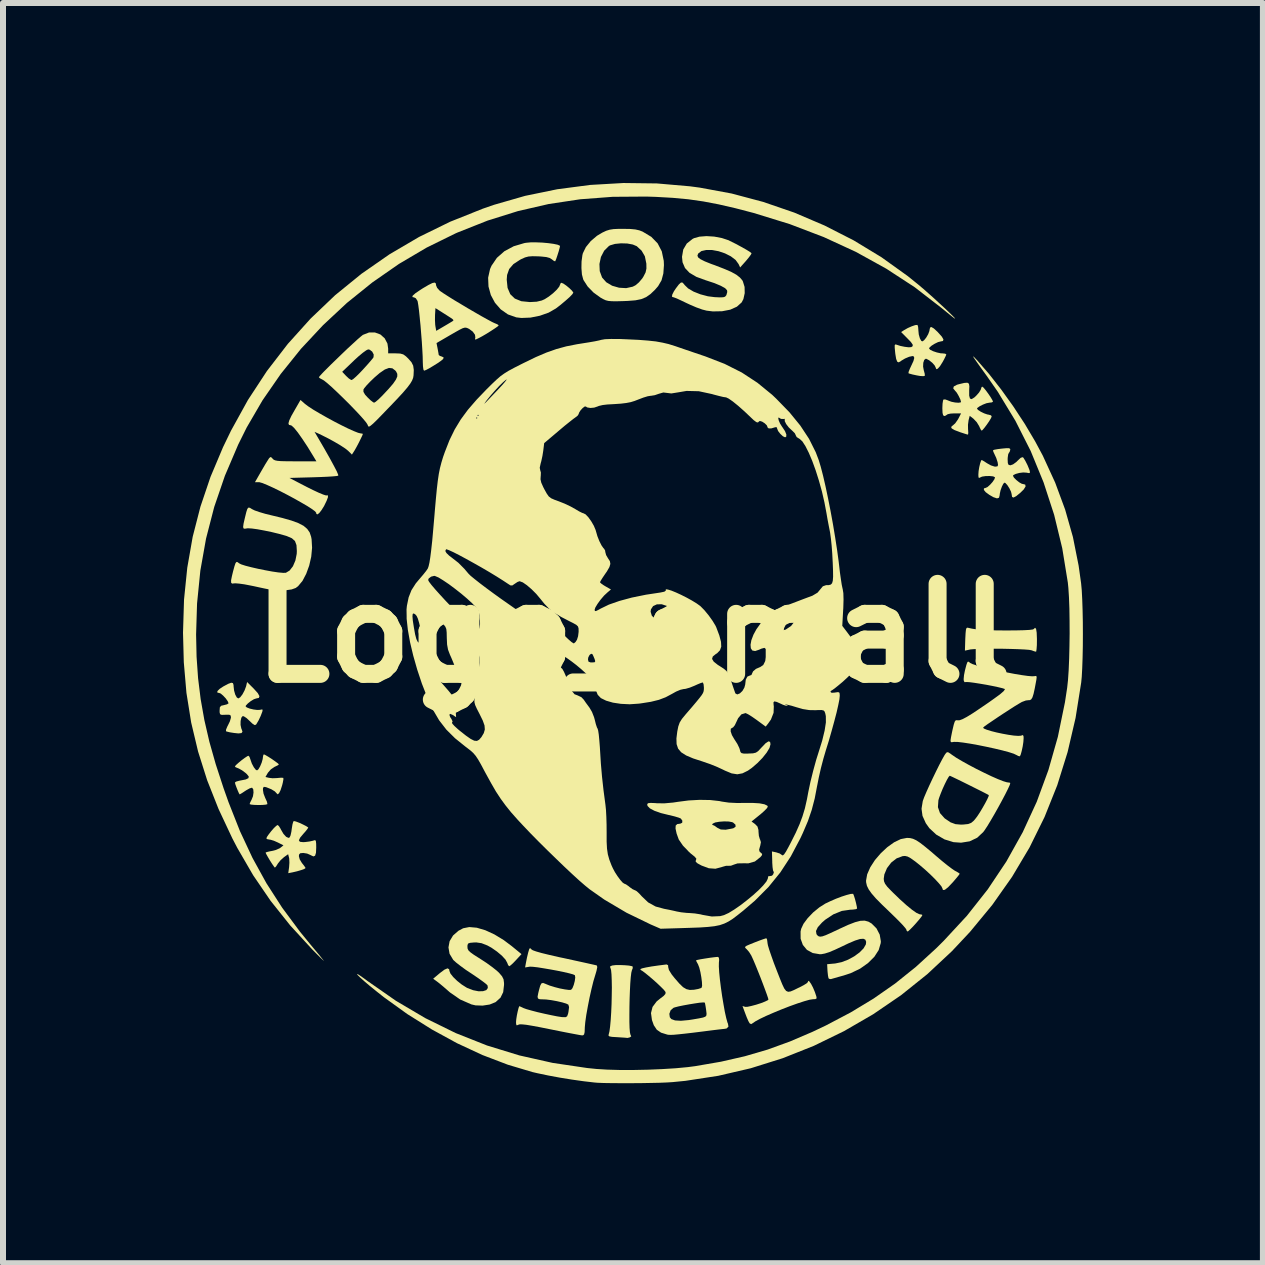
<source format=kicad_pcb>
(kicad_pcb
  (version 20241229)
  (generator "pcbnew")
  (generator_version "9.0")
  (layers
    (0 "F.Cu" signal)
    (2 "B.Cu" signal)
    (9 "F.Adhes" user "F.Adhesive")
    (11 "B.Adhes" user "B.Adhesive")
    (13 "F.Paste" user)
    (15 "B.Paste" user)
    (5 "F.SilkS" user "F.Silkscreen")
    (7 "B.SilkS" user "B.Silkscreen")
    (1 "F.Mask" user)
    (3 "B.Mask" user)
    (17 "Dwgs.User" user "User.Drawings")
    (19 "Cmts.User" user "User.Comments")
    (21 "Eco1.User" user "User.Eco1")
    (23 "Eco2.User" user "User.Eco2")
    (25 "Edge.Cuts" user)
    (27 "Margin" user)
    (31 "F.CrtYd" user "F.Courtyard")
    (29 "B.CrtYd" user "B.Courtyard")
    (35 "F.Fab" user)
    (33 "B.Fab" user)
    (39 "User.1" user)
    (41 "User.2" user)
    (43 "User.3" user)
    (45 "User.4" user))
  (footprint "Logo_small"
    (layer "F.Cu")
    (at 7.504 7.502)
    (property "Reference" "Logo_small" (at 0 0 0) (layer "F.SilkS") (effects (font (size 1.5 1.5) (thickness 0.3))))
    (attr board_only exclude_from_pos_files exclude_from_bom)
    (fp_poly (pts (xy 5.573 -0.091) (xy 5.645 -0.075) (xy 5.721 -0.063) (xy 5.811 -0.055) (xy 5.921 -0.049) (xy 6.06 -0.046) (xy 6.221 -0.045) (xy 6.378 -0.046) (xy 6.506 -0.049) (xy 6.6 -0.054) (xy 6.656 -0.061) (xy 6.672 -0.067) (xy 6.696 -0.09) (xy 6.713 -0.071) (xy 6.723 -0.009) (xy 6.727 0.096) (xy 6.727 0.111) (xy 6.726 0.199) (xy 6.721 0.267) (xy 6.715 0.305) (xy 6.711 0.309) (xy 6.679 0.301) (xy 6.639 0.286) (xy 6.598 0.278) (xy 6.521 0.272) (xy 6.417 0.267) (xy 6.294 0.263) (xy 6.16 0.26) (xy 6.023 0.259) (xy 5.892 0.26) (xy 5.776 0.262) (xy 5.682 0.266) (xy 5.62 0.271) (xy 5.611 0.273) (xy 5.527 0.291) (xy 5.533 0.096) (xy 5.538 0.000352) (xy 5.544 -0.058) (xy 5.554 -0.086) (xy 5.57 -0.092)) (stroke (width 0) (type solid)) (fill yes) (layer "F.SilkS"))
    (fp_poly (pts (xy -0.144 5.534) (xy -0.072 5.54) (xy -0.023 5.55) (xy -0.01 5.556) (xy -0.009 5.583) (xy -0.023 5.619) (xy -0.033 5.659) (xy -0.042 5.733) (xy -0.05 5.835) (xy -0.056 5.956) (xy -0.061 6.089) (xy -0.064 6.226) (xy -0.065 6.358) (xy -0.065 6.478) (xy -0.062 6.579) (xy -0.056 6.652) (xy -0.048 6.689) (xy -0.047 6.691) (xy -0.034 6.72) (xy -0.057 6.736) (xy -0.096 6.746) (xy -0.107 6.745) (xy -0.135 6.742) (xy -0.195 6.738) (xy -0.273 6.733) (xy -0.274 6.733) (xy -0.354 6.728) (xy -0.398 6.72) (xy -0.413 6.707) (xy -0.41 6.688) (xy -0.397 6.637) (xy -0.386 6.554) (xy -0.376 6.445) (xy -0.368 6.318) (xy -0.362 6.182) (xy -0.359 6.042) (xy -0.357 5.908) (xy -0.359 5.788) (xy -0.363 5.687) (xy -0.37 5.615) (xy -0.38 5.58) (xy -0.381 5.579) (xy -0.389 5.557) (xy -0.358 5.541) (xy -0.347 5.538) (xy -0.296 5.532) (xy -0.223 5.531)) (stroke (width 0) (type solid)) (fill yes) (layer "F.SilkS"))
    (fp_poly (pts (xy -0.05 -6.736) (xy 0.035 -6.728) (xy 0.101 -6.713) (xy 0.155 -6.692) (xy 0.3 -6.605) (xy 0.406 -6.496) (xy 0.475 -6.363) (xy 0.508 -6.205) (xy 0.511 -6.134) (xy 0.501 -5.994) (xy 0.471 -5.881) (xy 0.414 -5.783) (xy 0.36 -5.721) (xy 0.285 -5.65) (xy 0.213 -5.6) (xy 0.134 -5.567) (xy 0.036 -5.547) (xy -0.091 -5.537) (xy -0.167 -5.534) (xy -0.28 -5.531) (xy -0.359 -5.532) (xy -0.416 -5.537) (xy -0.46 -5.548) (xy -0.503 -5.568) (xy -0.546 -5.592) (xy -0.662 -5.676) (xy -0.76 -5.777) (xy -0.828 -5.882) (xy -0.835 -5.898) (xy -0.856 -5.978) (xy -0.864 -6.083) (xy -0.863 -6.152) (xy -0.564 -6.152) (xy -0.559 -6.033) (xy -0.52 -5.927) (xy -0.45 -5.848) (xy -0.352 -5.79) (xy -0.237 -5.757) (xy -0.119 -5.75) (xy -0.01 -5.774) (xy 0.036 -5.797) (xy 0.093 -5.845) (xy 0.15 -5.912) (xy 0.169 -5.942) (xy 0.205 -6.012) (xy 0.219 -6.076) (xy 0.218 -6.157) (xy 0.217 -6.163) (xy 0.193 -6.281) (xy 0.139 -6.374) (xy 0.058 -6.449) (xy -0.008 -6.477) (xy -0.101 -6.494) (xy -0.205 -6.497) (xy -0.305 -6.487) (xy -0.384 -6.464) (xy -0.405 -6.453) (xy -0.485 -6.374) (xy -0.539 -6.27) (xy -0.564 -6.152) (xy -0.863 -6.152) (xy -0.862 -6.196) (xy -0.848 -6.3) (xy -0.84 -6.332) (xy -0.79 -6.434) (xy -0.708 -6.535) (xy -0.604 -6.623) (xy -0.515 -6.676) (xy -0.451 -6.706) (xy -0.393 -6.724) (xy -0.329 -6.734) (xy -0.244 -6.738) (xy -0.167 -6.738)) (stroke (width 0) (type solid)) (fill yes) (layer "F.SilkS"))
    (fp_poly (pts (xy -1.516 -6.509) (xy -1.417 -6.5) (xy -1.329 -6.488) (xy -1.262 -6.474) (xy -1.225 -6.458) (xy -1.221 -6.451) (xy -1.228 -6.418) (xy -1.244 -6.36) (xy -1.265 -6.294) (xy -1.285 -6.235) (xy -1.3 -6.2) (xy -1.302 -6.197) (xy -1.322 -6.203) (xy -1.357 -6.23) (xy -1.394 -6.253) (xy -1.449 -6.268) (xy -1.534 -6.277) (xy -1.584 -6.28) (xy -1.68 -6.282) (xy -1.747 -6.277) (xy -1.804 -6.262) (xy -1.866 -6.234) (xy -1.887 -6.223) (xy -1.997 -6.151) (xy -2.068 -6.069) (xy -2.103 -5.97) (xy -2.109 -5.891) (xy -2.095 -5.754) (xy -2.05 -5.649) (xy -1.974 -5.576) (xy -1.866 -5.532) (xy -1.725 -5.518) (xy -1.721 -5.518) (xy -1.61 -5.524) (xy -1.525 -5.544) (xy -1.476 -5.566) (xy -1.407 -5.61) (xy -1.337 -5.665) (xy -1.276 -5.723) (xy -1.234 -5.775) (xy -1.221 -5.807) (xy -1.208 -5.836) (xy -1.198 -5.839) (xy -1.165 -5.826) (xy -1.116 -5.792) (xy -1.064 -5.749) (xy -1.021 -5.707) (xy -1 -5.677) (xy -0.999 -5.675) (xy -1.016 -5.648) (xy -1.062 -5.6) (xy -1.131 -5.539) (xy -1.215 -5.469) (xy -1.29 -5.411) (xy -1.41 -5.342) (xy -1.557 -5.29) (xy -1.713 -5.259) (xy -1.865 -5.253) (xy -1.95 -5.263) (xy -2.089 -5.312) (xy -2.209 -5.396) (xy -2.305 -5.506) (xy -2.374 -5.635) (xy -2.413 -5.777) (xy -2.419 -5.924) (xy -2.387 -6.068) (xy -2.363 -6.123) (xy -2.273 -6.255) (xy -2.148 -6.365) (xy -1.993 -6.448) (xy -1.815 -6.501) (xy -1.785 -6.506) (xy -1.71 -6.513) (xy -1.617 -6.513)) (stroke (width 0) (type solid)) (fill yes) (layer "F.SilkS"))
    (fp_poly (pts (xy 2.229 5.104) (xy 2.236 5.152) (xy 2.236 5.159) (xy 2.244 5.203) (xy 2.267 5.28) (xy 2.302 5.382) (xy 2.344 5.5) (xy 2.388 5.614) (xy 2.442 5.752) (xy 2.483 5.853) (xy 2.516 5.922) (xy 2.547 5.962) (xy 2.581 5.977) (xy 2.622 5.971) (xy 2.677 5.948) (xy 2.75 5.912) (xy 2.77 5.903) (xy 2.839 5.867) (xy 2.889 5.836) (xy 2.909 5.816) (xy 2.909 5.816) (xy 2.916 5.793) (xy 2.935 5.805) (xy 2.963 5.845) (xy 2.995 5.906) (xy 3.027 5.982) (xy 3.051 6.054) (xy 3.056 6.086) (xy 3.034 6.099) (xy 2.993 6.101) (xy 2.935 6.11) (xy 2.846 6.135) (xy 2.733 6.172) (xy 2.605 6.218) (xy 2.471 6.27) (xy 2.338 6.325) (xy 2.216 6.378) (xy 2.111 6.428) (xy 2.034 6.47) (xy 1.997 6.496) (xy 1.964 6.516) (xy 1.939 6.502) (xy 1.938 6.5) (xy 1.918 6.465) (xy 1.891 6.403) (xy 1.868 6.343) (xy 1.82 6.214) (xy 1.866 6.228) (xy 1.903 6.227) (xy 1.968 6.213) (xy 2.047 6.192) (xy 2.128 6.166) (xy 2.197 6.139) (xy 2.242 6.117) (xy 2.252 6.108) (xy 2.247 6.084) (xy 2.228 6.027) (xy 2.198 5.945) (xy 2.161 5.846) (xy 2.12 5.739) (xy 2.077 5.631) (xy 2.036 5.53) (xy 2 5.445) (xy 1.972 5.384) (xy 1.967 5.373) (xy 1.929 5.312) (xy 1.888 5.265) (xy 1.883 5.261) (xy 1.865 5.243) (xy 1.864 5.228) (xy 1.888 5.21) (xy 1.943 5.186) (xy 2.02 5.155) (xy 2.103 5.123) (xy 2.17 5.099) (xy 2.211 5.086) (xy 2.217 5.084)) (stroke (width 0) (type solid)) (fill yes) (layer "F.SilkS"))
    (fp_poly (pts (xy -6.389 -2.089) (xy -6.354 -2.067) (xy -6.309 -2.045) (xy -6.231 -2.018) (xy -6.133 -1.989) (xy -6.039 -1.966) (xy -5.849 -1.92) (xy -5.698 -1.877) (xy -5.581 -1.834) (xy -5.495 -1.789) (xy -5.434 -1.737) (xy -5.393 -1.678) (xy -5.369 -1.607) (xy -5.361 -1.564) (xy -5.353 -1.423) (xy -5.367 -1.274) (xy -5.401 -1.126) (xy -5.451 -0.989) (xy -5.513 -0.871) (xy -5.586 -0.783) (xy -5.626 -0.753) (xy -5.693 -0.729) (xy -5.79 -0.715) (xy -5.904 -0.712) (xy -6.021 -0.721) (xy -6.084 -0.732) (xy -6.139 -0.743) (xy -6.224 -0.761) (xy -6.324 -0.783) (xy -6.384 -0.795) (xy -6.483 -0.814) (xy -6.57 -0.826) (xy -6.633 -0.831) (xy -6.656 -0.829) (xy -6.686 -0.826) (xy -6.702 -0.841) (xy -6.703 -0.88) (xy -6.689 -0.95) (xy -6.67 -1.029) (xy -6.646 -1.117) (xy -6.629 -1.167) (xy -6.612 -1.187) (xy -6.593 -1.183) (xy -6.571 -1.165) (xy -6.533 -1.146) (xy -6.461 -1.123) (xy -6.363 -1.098) (xy -6.25 -1.072) (xy -6.131 -1.048) (xy -6.017 -1.027) (xy -5.915 -1.012) (xy -5.836 -1.005) (xy -5.79 -1.006) (xy -5.727 -1.044) (xy -5.672 -1.115) (xy -5.631 -1.211) (xy -5.609 -1.321) (xy -5.607 -1.368) (xy -5.613 -1.467) (xy -5.638 -1.535) (xy -5.689 -1.581) (xy -5.774 -1.618) (xy -5.8 -1.626) (xy -5.908 -1.656) (xy -6.027 -1.685) (xy -6.148 -1.71) (xy -6.261 -1.731) (xy -6.356 -1.744) (xy -6.423 -1.748) (xy -6.44 -1.746) (xy -6.476 -1.74) (xy -6.497 -1.747) (xy -6.502 -1.772) (xy -6.495 -1.825) (xy -6.475 -1.912) (xy -6.471 -1.929) (xy -6.449 -2.019) (xy -6.432 -2.071) (xy -6.413 -2.093)) (stroke (width 0) (type solid)) (fill yes) (layer "F.SilkS"))
    (fp_poly (pts (xy 4.613 3.415) (xy 4.662 3.427) (xy 4.716 3.452) (xy 4.78 3.494) (xy 4.86 3.556) (xy 4.963 3.641) (xy 5.051 3.717) (xy 5.144 3.796) (xy 5.232 3.867) (xy 5.306 3.923) (xy 5.357 3.958) (xy 5.368 3.964) (xy 5.415 3.99) (xy 5.439 4.008) (xy 5.44 4.01) (xy 5.426 4.031) (xy 5.39 4.076) (xy 5.338 4.137) (xy 5.324 4.153) (xy 5.247 4.234) (xy 5.193 4.277) (xy 5.161 4.281) (xy 5.151 4.251) (xy 5.135 4.219) (xy 5.091 4.166) (xy 5.027 4.097) (xy 4.948 4.019) (xy 4.861 3.939) (xy 4.773 3.864) (xy 4.699 3.805) (xy 4.625 3.752) (xy 4.572 3.723) (xy 4.529 3.713) (xy 4.489 3.716) (xy 4.389 3.753) (xy 4.299 3.823) (xy 4.228 3.916) (xy 4.184 4.021) (xy 4.174 4.094) (xy 4.179 4.136) (xy 4.196 4.176) (xy 4.232 4.225) (xy 4.294 4.29) (xy 4.324 4.32) (xy 4.444 4.436) (xy 4.553 4.534) (xy 4.647 4.611) (xy 4.72 4.662) (xy 4.768 4.684) (xy 4.775 4.685) (xy 4.81 4.691) (xy 4.818 4.698) (xy 4.804 4.723) (xy 4.768 4.769) (xy 4.719 4.826) (xy 4.666 4.885) (xy 4.617 4.935) (xy 4.582 4.967) (xy 4.572 4.973) (xy 4.554 4.956) (xy 4.552 4.942) (xy 4.536 4.917) (xy 4.493 4.867) (xy 4.428 4.799) (xy 4.346 4.718) (xy 4.274 4.648) (xy 4.144 4.523) (xy 4.044 4.422) (xy 3.972 4.339) (xy 3.923 4.27) (xy 3.894 4.211) (xy 3.881 4.155) (xy 3.879 4.126) (xy 3.898 4.019) (xy 3.95 3.901) (xy 4.027 3.782) (xy 4.124 3.669) (xy 4.232 3.568) (xy 4.346 3.486) (xy 4.458 3.432) (xy 4.561 3.412) (xy 4.562 3.412)) (stroke (width 0) (type solid)) (fill yes) (layer "F.SilkS"))
    (fp_poly (pts (xy -6.324 0.926) (xy -6.258 0.999) (xy -6.23 1.05) (xy -6.24 1.079) (xy -6.283 1.088) (xy -6.322 1.101) (xy -6.374 1.132) (xy -6.423 1.171) (xy -6.456 1.206) (xy -6.461 1.22) (xy -6.441 1.238) (xy -6.392 1.257) (xy -6.329 1.272) (xy -6.267 1.28) (xy -6.22 1.278) (xy -6.217 1.277) (xy -6.182 1.27) (xy -6.178 1.291) (xy -6.184 1.313) (xy -6.21 1.381) (xy -6.245 1.455) (xy -6.28 1.514) (xy -6.288 1.525) (xy -6.31 1.532) (xy -6.347 1.508) (xy -6.395 1.462) (xy -6.447 1.414) (xy -6.49 1.386) (xy -6.51 1.382) (xy -6.532 1.409) (xy -6.544 1.464) (xy -6.545 1.529) (xy -6.533 1.587) (xy -6.527 1.6) (xy -6.513 1.642) (xy -6.529 1.665) (xy -6.581 1.671) (xy -6.657 1.663) (xy -6.725 1.652) (xy -6.774 1.64) (xy -6.788 1.634) (xy -6.787 1.608) (xy -6.767 1.559) (xy -6.754 1.534) (xy -6.723 1.47) (xy -6.707 1.414) (xy -6.705 1.401) (xy -6.711 1.371) (xy -6.734 1.359) (xy -6.789 1.359) (xy -6.8 1.36) (xy -6.859 1.362) (xy -6.886 1.351) (xy -6.894 1.319) (xy -6.894 1.288) (xy -6.89 1.235) (xy -6.868 1.21) (xy -6.821 1.199) (xy -6.771 1.186) (xy -6.746 1.17) (xy -6.745 1.168) (xy -6.758 1.136) (xy -6.791 1.088) (xy -6.835 1.041) (xy -6.875 1.007) (xy -6.894 0.999) (xy -6.932 0.99) (xy -6.931 0.966) (xy -6.894 0.929) (xy -6.834 0.889) (xy -6.752 0.845) (xy -6.7 0.826) (xy -6.672 0.832) (xy -6.662 0.864) (xy -6.661 0.885) (xy -6.653 0.956) (xy -6.634 1.023) (xy -6.608 1.071) (xy -6.583 1.088) (xy -6.551 1.069) (xy -6.514 1.021) (xy -6.479 0.956) (xy -6.453 0.887) (xy -6.451 0.879) (xy -6.436 0.814)) (stroke (width 0) (type solid)) (fill yes) (layer "F.SilkS"))
    (fp_poly (pts (xy 3.665 4.346) (xy 3.677 4.375) (xy 3.695 4.431) (xy 3.712 4.497) (xy 3.725 4.556) (xy 3.73 4.59) (xy 3.71 4.6) (xy 3.659 4.607) (xy 3.614 4.609) (xy 3.476 4.629) (xy 3.335 4.686) (xy 3.2 4.775) (xy 3.145 4.823) (xy 3.075 4.901) (xy 3.045 4.964) (xy 3.053 5.016) (xy 3.068 5.036) (xy 3.089 5.052) (xy 3.114 5.058) (xy 3.151 5.053) (xy 3.206 5.034) (xy 3.285 4.999) (xy 3.396 4.947) (xy 3.438 4.927) (xy 3.582 4.861) (xy 3.696 4.817) (xy 3.785 4.794) (xy 3.857 4.791) (xy 3.919 4.808) (xy 3.972 4.839) (xy 4.053 4.92) (xy 4.107 5.024) (xy 4.126 5.135) (xy 4.124 5.165) (xy 4.09 5.281) (xy 4.017 5.394) (xy 3.911 5.499) (xy 3.779 5.592) (xy 3.625 5.666) (xy 3.507 5.705) (xy 3.42 5.729) (xy 3.347 5.75) (xy 3.301 5.763) (xy 3.294 5.766) (xy 3.261 5.76) (xy 3.253 5.747) (xy 3.245 5.708) (xy 3.238 5.644) (xy 3.236 5.617) (xy 3.231 5.517) (xy 3.365 5.505) (xy 3.471 5.483) (xy 3.579 5.442) (xy 3.682 5.386) (xy 3.771 5.321) (xy 3.838 5.253) (xy 3.876 5.187) (xy 3.881 5.144) (xy 3.867 5.108) (xy 3.834 5.093) (xy 3.779 5.097) (xy 3.696 5.123) (xy 3.583 5.171) (xy 3.487 5.217) (xy 3.361 5.276) (xy 3.266 5.316) (xy 3.193 5.339) (xy 3.134 5.35) (xy 3.109 5.351) (xy 2.991 5.331) (xy 2.894 5.278) (xy 2.826 5.196) (xy 2.789 5.093) (xy 2.788 4.973) (xy 2.798 4.927) (xy 2.837 4.843) (xy 2.907 4.749) (xy 2.998 4.654) (xy 3.102 4.569) (xy 3.198 4.508) (xy 3.284 4.467) (xy 3.378 4.426) (xy 3.473 4.39) (xy 3.557 4.363) (xy 3.623 4.346) (xy 3.661 4.344)) (stroke (width 0) (type solid)) (fill yes) (layer "F.SilkS"))
    (fp_poly (pts (xy 5.282 2.006) (xy 5.309 2.026) (xy 5.381 2.075) (xy 5.479 2.133) (xy 5.594 2.197) (xy 5.719 2.263) (xy 5.846 2.326) (xy 5.967 2.384) (xy 6.076 2.432) (xy 6.165 2.467) (xy 6.225 2.485) (xy 6.239 2.487) (xy 6.275 2.492) (xy 6.283 2.498) (xy 6.273 2.533) (xy 6.243 2.598) (xy 6.199 2.686) (xy 6.144 2.79) (xy 6.083 2.902) (xy 6.019 3.016) (xy 5.957 3.122) (xy 5.901 3.215) (xy 5.854 3.286) (xy 5.833 3.314) (xy 5.732 3.409) (xy 5.607 3.469) (xy 5.463 3.492) (xy 5.336 3.483) (xy 5.187 3.437) (xy 5.049 3.357) (xy 4.934 3.25) (xy 4.875 3.167) (xy 4.82 3.045) (xy 4.804 2.928) (xy 4.808 2.9) (xy 5.077 2.9) (xy 5.111 2.998) (xy 5.187 3.084) (xy 5.199 3.093) (xy 5.288 3.153) (xy 5.37 3.183) (xy 5.463 3.191) (xy 5.505 3.189) (xy 5.581 3.181) (xy 5.631 3.162) (xy 5.676 3.124) (xy 5.697 3.099) (xy 5.733 3.052) (xy 5.777 2.985) (xy 5.823 2.908) (xy 5.866 2.832) (xy 5.901 2.765) (xy 5.922 2.717) (xy 5.925 2.699) (xy 5.902 2.686) (xy 5.848 2.658) (xy 5.771 2.619) (xy 5.679 2.573) (xy 5.581 2.524) (xy 5.484 2.476) (xy 5.396 2.433) (xy 5.327 2.4) (xy 5.284 2.38) (xy 5.274 2.376) (xy 5.256 2.395) (xy 5.227 2.445) (xy 5.192 2.515) (xy 5.155 2.596) (xy 5.122 2.677) (xy 5.096 2.747) (xy 5.085 2.785) (xy 5.077 2.9) (xy 4.808 2.9) (xy 4.824 2.802) (xy 4.826 2.794) (xy 4.847 2.736) (xy 4.884 2.649) (xy 4.932 2.542) (xy 4.987 2.425) (xy 5.044 2.307) (xy 5.099 2.196) (xy 5.148 2.103) (xy 5.186 2.035) (xy 5.202 2.011) (xy 5.224 1.986) (xy 5.246 1.984)) (stroke (width 0) (type solid)) (fill yes) (layer "F.SilkS"))
    (fp_poly (pts (xy -2.608 4.909) (xy -2.466 4.951) (xy -2.314 5.021) (xy -2.158 5.116) (xy -2.025 5.216) (xy -1.863 5.349) (xy -1.956 5.45) (xy -2.007 5.503) (xy -2.048 5.539) (xy -2.067 5.551) (xy -2.086 5.532) (xy -2.1 5.495) (xy -2.13 5.44) (xy -2.191 5.374) (xy -2.272 5.306) (xy -2.364 5.242) (xy -2.431 5.205) (xy -2.528 5.167) (xy -2.616 5.154) (xy -2.656 5.155) (xy -2.721 5.161) (xy -2.753 5.173) (xy -2.763 5.2) (xy -2.764 5.229) (xy -2.761 5.259) (xy -2.747 5.287) (xy -2.715 5.318) (xy -2.66 5.358) (xy -2.575 5.412) (xy -2.542 5.433) (xy -2.444 5.497) (xy -2.352 5.564) (xy -2.276 5.624) (xy -2.237 5.66) (xy -2.187 5.719) (xy -2.162 5.769) (xy -2.154 5.831) (xy -2.154 5.862) (xy -2.168 5.983) (xy -2.213 6.075) (xy -2.291 6.146) (xy -2.297 6.15) (xy -2.393 6.189) (xy -2.511 6.207) (xy -2.629 6.203) (xy -2.698 6.187) (xy -2.885 6.105) (xy -3.054 5.988) (xy -3.092 5.955) (xy -3.162 5.894) (xy -3.228 5.839) (xy -3.272 5.805) (xy -3.335 5.759) (xy -3.222 5.664) (xy -3.147 5.608) (xy -3.096 5.586) (xy -3.069 5.601) (xy -3.064 5.63) (xy -3.047 5.673) (xy -3.001 5.731) (xy -2.935 5.795) (xy -2.86 5.855) (xy -2.783 5.904) (xy -2.767 5.913) (xy -2.671 5.95) (xy -2.581 5.968) (xy -2.505 5.967) (xy -2.45 5.949) (xy -2.424 5.914) (xy -2.428 5.873) (xy -2.45 5.849) (xy -2.503 5.808) (xy -2.579 5.753) (xy -2.67 5.691) (xy -2.691 5.677) (xy -2.791 5.611) (xy -2.881 5.545) (xy -2.954 5.488) (xy -2.999 5.447) (xy -3.002 5.443) (xy -3.062 5.343) (xy -3.08 5.237) (xy -3.061 5.134) (xy -3.004 5.039) (xy -2.914 4.96) (xy -2.835 4.918) (xy -2.733 4.898)) (stroke (width 0) (type solid)) (fill yes) (layer "F.SilkS"))
    (fp_poly (pts (xy 1.349 -6.609) (xy 1.476 -6.585) (xy 1.588 -6.548) (xy 1.601 -6.541) (xy 1.706 -6.489) (xy 1.802 -6.437) (xy 1.884 -6.391) (xy 1.942 -6.355) (xy 1.97 -6.333) (xy 1.971 -6.332) (xy 1.96 -6.308) (xy 1.926 -6.262) (xy 1.879 -6.205) (xy 1.781 -6.095) (xy 1.755 -6.151) (xy 1.705 -6.22) (xy 1.626 -6.28) (xy 1.529 -6.329) (xy 1.423 -6.365) (xy 1.316 -6.385) (xy 1.217 -6.386) (xy 1.136 -6.368) (xy 1.082 -6.327) (xy 1.08 -6.322) (xy 1.069 -6.292) (xy 1.081 -6.262) (xy 1.12 -6.232) (xy 1.192 -6.196) (xy 1.299 -6.153) (xy 1.356 -6.133) (xy 1.511 -6.073) (xy 1.63 -6.022) (xy 1.717 -5.974) (xy 1.777 -5.927) (xy 1.818 -5.879) (xy 1.827 -5.861) (xy 1.855 -5.77) (xy 1.857 -5.666) (xy 1.835 -5.567) (xy 1.806 -5.512) (xy 1.727 -5.441) (xy 1.616 -5.391) (xy 1.48 -5.365) (xy 1.326 -5.362) (xy 1.221 -5.375) (xy 1.148 -5.394) (xy 1.051 -5.429) (xy 0.946 -5.474) (xy 0.888 -5.501) (xy 0.8 -5.543) (xy 0.727 -5.577) (xy 0.677 -5.596) (xy 0.661 -5.6) (xy 0.644 -5.608) (xy 0.65 -5.643) (xy 0.677 -5.697) (xy 0.709 -5.745) (xy 0.759 -5.811) (xy 0.794 -5.843) (xy 0.82 -5.843) (xy 0.846 -5.816) (xy 0.854 -5.804) (xy 0.913 -5.746) (xy 1.005 -5.692) (xy 1.119 -5.647) (xy 1.244 -5.614) (xy 1.356 -5.6) (xy 1.444 -5.596) (xy 1.498 -5.598) (xy 1.529 -5.607) (xy 1.547 -5.627) (xy 1.552 -5.635) (xy 1.566 -5.685) (xy 1.563 -5.714) (xy 1.531 -5.749) (xy 1.459 -5.789) (xy 1.354 -5.833) (xy 1.221 -5.877) (xy 1.208 -5.881) (xy 1.052 -5.938) (xy 0.938 -6.005) (xy 0.862 -6.085) (xy 0.821 -6.181) (xy 0.812 -6.272) (xy 0.833 -6.394) (xy 0.892 -6.494) (xy 0.988 -6.57) (xy 1.013 -6.583) (xy 1.103 -6.608) (xy 1.22 -6.617)) (stroke (width 0) (type solid)) (fill yes) (layer "F.SilkS"))
    (fp_poly (pts (xy -5.622 3.139) (xy -5.567 3.16) (xy -5.506 3.188) (xy -5.453 3.215) (xy -5.421 3.236) (xy -5.417 3.241) (xy -5.432 3.265) (xy -5.467 3.309) (xy -5.495 3.34) (xy -5.552 3.408) (xy -5.573 3.452) (xy -5.556 3.477) (xy -5.501 3.483) (xy -5.467 3.481) (xy -5.396 3.472) (xy -5.338 3.459) (xy -5.323 3.454) (xy -5.302 3.449) (xy -5.29 3.464) (xy -5.285 3.509) (xy -5.284 3.571) (xy -5.288 3.66) (xy -5.303 3.709) (xy -5.331 3.721) (xy -5.374 3.701) (xy -5.378 3.698) (xy -5.436 3.673) (xy -5.5 3.663) (xy -5.551 3.668) (xy -5.57 3.69) (xy -5.573 3.717) (xy -5.559 3.77) (xy -5.524 3.828) (xy -5.517 3.837) (xy -5.482 3.882) (xy -5.463 3.911) (xy -5.462 3.915) (xy -5.482 3.929) (xy -5.533 3.948) (xy -5.605 3.969) (xy -5.678 3.986) (xy -5.75 4) (xy -5.736 3.9) (xy -5.731 3.824) (xy -5.734 3.757) (xy -5.737 3.742) (xy -5.752 3.684) (xy -5.821 3.733) (xy -5.878 3.784) (xy -5.924 3.841) (xy -5.926 3.845) (xy -5.953 3.888) (xy -5.972 3.907) (xy -5.973 3.908) (xy -5.988 3.89) (xy -6.018 3.847) (xy -6.055 3.789) (xy -6.09 3.73) (xy -6.117 3.682) (xy -6.128 3.657) (xy -6.108 3.648) (xy -6.058 3.636) (xy -6.029 3.631) (xy -5.956 3.613) (xy -5.893 3.585) (xy -5.88 3.576) (xy -5.83 3.536) (xy -5.923 3.489) (xy -5.988 3.46) (xy -6.044 3.443) (xy -6.059 3.441) (xy -6.101 3.433) (xy -6.114 3.424) (xy -6.107 3.399) (xy -6.077 3.355) (xy -6.035 3.301) (xy -5.99 3.249) (xy -5.95 3.211) (xy -5.927 3.197) (xy -5.906 3.215) (xy -5.878 3.26) (xy -5.872 3.273) (xy -5.83 3.345) (xy -5.785 3.394) (xy -5.746 3.412) (xy -5.727 3.404) (xy -5.712 3.371) (xy -5.698 3.308) (xy -5.691 3.256) (xy -5.68 3.188) (xy -5.667 3.143) (xy -5.657 3.131)) (stroke (width 0) (type solid)) (fill yes) (layer "F.SilkS"))
    (fp_poly (pts (xy 5.594 -4.157) (xy 5.601 -4.114) (xy 5.598 -4.05) (xy 5.598 -3.959) (xy 5.611 -3.91) (xy 5.639 -3.9) (xy 5.685 -3.929) (xy 5.716 -3.958) (xy 5.762 -4.01) (xy 5.79 -4.056) (xy 5.795 -4.072) (xy 5.806 -4.103) (xy 5.817 -4.108) (xy 5.838 -4.091) (xy 5.874 -4.048) (xy 5.916 -3.991) (xy 5.956 -3.932) (xy 5.985 -3.883) (xy 5.995 -3.858) (xy 5.976 -3.846) (xy 5.934 -3.841) (xy 5.886 -3.832) (xy 5.827 -3.809) (xy 5.772 -3.781) (xy 5.735 -3.754) (xy 5.728 -3.741) (xy 5.747 -3.719) (xy 5.792 -3.69) (xy 5.848 -3.663) (xy 5.9 -3.645) (xy 5.923 -3.641) (xy 5.962 -3.63) (xy 5.973 -3.611) (xy 5.961 -3.582) (xy 5.931 -3.532) (xy 5.891 -3.474) (xy 5.851 -3.421) (xy 5.819 -3.384) (xy 5.805 -3.375) (xy 5.791 -3.393) (xy 5.769 -3.438) (xy 5.765 -3.449) (xy 5.724 -3.516) (xy 5.67 -3.573) (xy 5.607 -3.622) (xy 5.588 -3.549) (xy 5.578 -3.474) (xy 5.579 -3.394) (xy 5.58 -3.391) (xy 5.583 -3.338) (xy 5.579 -3.31) (xy 5.576 -3.309) (xy 5.549 -3.316) (xy 5.493 -3.334) (xy 5.444 -3.35) (xy 5.355 -3.384) (xy 5.307 -3.412) (xy 5.297 -3.436) (xy 5.322 -3.46) (xy 5.326 -3.462) (xy 5.365 -3.497) (xy 5.406 -3.555) (xy 5.418 -3.575) (xy 5.463 -3.663) (xy 5.353 -3.663) (xy 5.286 -3.659) (xy 5.24 -3.649) (xy 5.229 -3.641) (xy 5.197 -3.621) (xy 5.183 -3.619) (xy 5.164 -3.631) (xy 5.154 -3.671) (xy 5.151 -3.747) (xy 5.151 -3.751) (xy 5.154 -3.823) (xy 5.162 -3.876) (xy 5.171 -3.895) (xy 5.203 -3.894) (xy 5.252 -3.876) (xy 5.254 -3.874) (xy 5.304 -3.856) (xy 5.364 -3.844) (xy 5.42 -3.84) (xy 5.456 -3.846) (xy 5.462 -3.853) (xy 5.451 -3.895) (xy 5.423 -3.953) (xy 5.391 -4.008) (xy 5.365 -4.038) (xy 5.332 -4.079) (xy 5.342 -4.112) (xy 5.395 -4.14) (xy 5.427 -4.149) (xy 5.515 -4.17) (xy 5.568 -4.174)) (stroke (width 0) (type solid)) (fill yes) (layer "F.SilkS"))
    (fp_poly (pts (xy -6.13 2.032) (xy -6.082 2.06) (xy -6.023 2.098) (xy -5.966 2.138) (xy -5.923 2.17) (xy -5.906 2.187) (xy -5.906 2.187) (xy -5.924 2.202) (xy -5.969 2.224) (xy -5.978 2.228) (xy -6.04 2.27) (xy -6.09 2.327) (xy -6.09 2.328) (xy -6.13 2.397) (xy -6.072 2.411) (xy -6.011 2.418) (xy -5.937 2.415) (xy -5.928 2.414) (xy -5.871 2.409) (xy -5.836 2.411) (xy -5.832 2.413) (xy -5.831 2.438) (xy -5.841 2.492) (xy -5.852 2.536) (xy -5.878 2.616) (xy -5.904 2.668) (xy -5.928 2.686) (xy -5.944 2.669) (xy -5.974 2.637) (xy -6.033 2.601) (xy -6.11 2.57) (xy -6.122 2.566) (xy -6.158 2.561) (xy -6.171 2.583) (xy -6.172 2.613) (xy -6.162 2.674) (xy -6.135 2.744) (xy -6.129 2.757) (xy -6.105 2.81) (xy -6.098 2.845) (xy -6.1 2.851) (xy -6.127 2.858) (xy -6.182 2.863) (xy -6.25 2.864) (xy -6.317 2.862) (xy -6.37 2.857) (xy -6.393 2.849) (xy -6.394 2.848) (xy -6.383 2.818) (xy -6.361 2.775) (xy -6.338 2.718) (xy -6.329 2.656) (xy -6.333 2.604) (xy -6.351 2.577) (xy -6.358 2.576) (xy -6.394 2.587) (xy -6.448 2.617) (xy -6.47 2.631) (xy -6.521 2.665) (xy -6.554 2.684) (xy -6.56 2.687) (xy -6.572 2.668) (xy -6.592 2.623) (xy -6.614 2.568) (xy -6.632 2.518) (xy -6.639 2.489) (xy -6.619 2.474) (xy -6.569 2.46) (xy -6.544 2.455) (xy -6.458 2.438) (xy -6.414 2.417) (xy -6.408 2.389) (xy -6.44 2.349) (xy -6.461 2.33) (xy -6.52 2.286) (xy -6.574 2.256) (xy -6.589 2.25) (xy -6.628 2.234) (xy -6.639 2.221) (xy -6.622 2.199) (xy -6.581 2.162) (xy -6.528 2.118) (xy -6.474 2.078) (xy -6.431 2.05) (xy -6.413 2.043) (xy -6.396 2.062) (xy -6.381 2.104) (xy -6.357 2.173) (xy -6.324 2.235) (xy -6.291 2.277) (xy -6.27 2.287) (xy -6.247 2.268) (xy -6.219 2.22) (xy -6.193 2.158) (xy -6.176 2.097) (xy -6.172 2.064) (xy -6.165 2.029) (xy -6.155 2.02)) (stroke (width 0) (type solid)) (fill yes) (layer "F.SilkS"))
    (fp_poly (pts (xy -5.473 -3.822) (xy -5.416 -3.779) (xy -5.332 -3.724) (xy -5.227 -3.662) (xy -5.109 -3.595) (xy -4.986 -3.528) (xy -4.864 -3.465) (xy -4.752 -3.41) (xy -4.656 -3.367) (xy -4.585 -3.339) (xy -4.548 -3.33) (xy -4.514 -3.325) (xy -4.507 -3.319) (xy -4.517 -3.292) (xy -4.542 -3.24) (xy -4.575 -3.173) (xy -4.611 -3.105) (xy -4.643 -3.048) (xy -4.657 -3.026) (xy -4.689 -2.976) (xy -4.752 -3.039) (xy -4.801 -3.078) (xy -4.879 -3.129) (xy -4.977 -3.187) (xy -5.085 -3.246) (xy -5.192 -3.3) (xy -5.247 -3.326) (xy -5.312 -3.355) (xy -5.269 -3.282) (xy -5.153 -3.083) (xy -5.06 -2.919) (xy -4.99 -2.79) (xy -4.942 -2.698) (xy -4.919 -2.643) (xy -4.916 -2.625) (xy -4.943 -2.619) (xy -5.006 -2.613) (xy -5.099 -2.607) (xy -5.215 -2.602) (xy -5.332 -2.598) (xy -5.731 -2.587) (xy -5.438 -2.435) (xy -5.333 -2.383) (xy -5.241 -2.34) (xy -5.168 -2.31) (xy -5.124 -2.296) (xy -5.115 -2.296) (xy -5.09 -2.297) (xy -5.088 -2.267) (xy -5.111 -2.205) (xy -5.153 -2.119) (xy -5.196 -2.05) (xy -5.234 -2.001) (xy -5.265 -1.979) (xy -5.282 -1.988) (xy -5.284 -2.006) (xy -5.303 -2.03) (xy -5.356 -2.069) (xy -5.435 -2.12) (xy -5.535 -2.178) (xy -5.648 -2.242) (xy -5.767 -2.306) (xy -5.887 -2.368) (xy -6 -2.423) (xy -6.099 -2.468) (xy -6.179 -2.501) (xy -6.232 -2.516) (xy -6.24 -2.516) (xy -6.305 -2.516) (xy -6.234 -2.64) (xy -6.185 -2.725) (xy -6.135 -2.811) (xy -6.106 -2.858) (xy -6.071 -2.913) (xy -6.049 -2.935) (xy -6.03 -2.929) (xy -6.011 -2.908) (xy -5.993 -2.891) (xy -5.969 -2.88) (xy -5.93 -2.872) (xy -5.871 -2.867) (xy -5.783 -2.865) (xy -5.66 -2.864) (xy -5.627 -2.864) (xy -5.281 -2.864) (xy -5.331 -2.947) (xy -5.429 -3.107) (xy -5.517 -3.24) (xy -5.591 -3.345) (xy -5.651 -3.419) (xy -5.693 -3.458) (xy -5.707 -3.464) (xy -5.738 -3.471) (xy -5.747 -3.496) (xy -5.734 -3.544) (xy -5.699 -3.619) (xy -5.648 -3.709) (xy -5.546 -3.886)) (stroke (width 0) (type solid)) (fill yes) (layer "F.SilkS"))
    (fp_poly (pts (xy -3.291 -5.829) (xy -3.286 -5.795) (xy -3.269 -5.755) (xy -3.228 -5.709) (xy -3.214 -5.698) (xy -3.164 -5.664) (xy -3.086 -5.614) (xy -2.987 -5.552) (xy -2.873 -5.484) (xy -2.753 -5.412) (xy -2.634 -5.343) (xy -2.523 -5.279) (xy -2.427 -5.226) (xy -2.355 -5.187) (xy -2.315 -5.168) (xy -2.267 -5.148) (xy -2.243 -5.131) (xy -2.243 -5.13) (xy -2.26 -5.112) (xy -2.307 -5.079) (xy -2.371 -5.037) (xy -2.444 -4.991) (xy -2.516 -4.949) (xy -2.572 -4.919) (xy -2.62 -4.896) (xy -2.638 -4.894) (xy -2.635 -4.916) (xy -2.632 -4.926) (xy -2.638 -4.973) (xy -2.675 -5.025) (xy -2.735 -5.07) (xy -2.764 -5.084) (xy -2.787 -5.091) (xy -2.811 -5.091) (xy -2.843 -5.082) (xy -2.89 -5.059) (xy -2.96 -5.02) (xy -3.059 -4.963) (xy -3.088 -4.946) (xy -3.279 -4.835) (xy -3.261 -4.743) (xy -3.25 -4.683) (xy -3.243 -4.643) (xy -3.243 -4.637) (xy -3.223 -4.621) (xy -3.194 -4.611) (xy -3.161 -4.596) (xy -3.167 -4.572) (xy -3.172 -4.566) (xy -3.204 -4.539) (xy -3.26 -4.5) (xy -3.329 -4.457) (xy -3.397 -4.416) (xy -3.454 -4.386) (xy -3.487 -4.374) (xy -3.487 -4.374) (xy -3.498 -4.394) (xy -3.505 -4.448) (xy -3.508 -4.523) (xy -3.508 -4.528) (xy -3.51 -4.614) (xy -3.516 -4.725) (xy -3.524 -4.854) (xy -3.535 -4.991) (xy -3.546 -5.13) (xy -3.555 -5.217) (xy -3.305 -5.217) (xy -3.301 -5.139) (xy -3.297 -5.111) (xy -3.284 -5.038) (xy -3.168 -5.106) (xy -3.1 -5.146) (xy -3.045 -5.179) (xy -3.02 -5.194) (xy -3.002 -5.206) (xy -2.997 -5.217) (xy -3.011 -5.233) (xy -3.048 -5.259) (xy -3.115 -5.302) (xy -3.153 -5.326) (xy -3.297 -5.417) (xy -3.304 -5.301) (xy -3.305 -5.217) (xy -3.555 -5.217) (xy -3.559 -5.261) (xy -3.571 -5.376) (xy -3.583 -5.467) (xy -3.593 -5.526) (xy -3.597 -5.539) (xy -3.624 -5.581) (xy -3.652 -5.595) (xy -3.682 -5.602) (xy -3.676 -5.625) (xy -3.632 -5.664) (xy -3.55 -5.72) (xy -3.505 -5.749) (xy -3.411 -5.804) (xy -3.348 -5.835) (xy -3.31 -5.843)) (stroke (width 0) (type solid)) (fill yes) (layer "F.SilkS"))
    (fp_poly (pts (xy 4.737 -5.135) (xy 4.747 -5.105) (xy 4.751 -5.052) (xy 4.751 -5.049) (xy 4.758 -4.978) (xy 4.776 -4.914) (xy 4.799 -4.872) (xy 4.816 -4.862) (xy 4.846 -4.881) (xy 4.882 -4.926) (xy 4.915 -4.983) (xy 4.935 -5.037) (xy 4.937 -5.052) (xy 4.946 -5.093) (xy 4.968 -5.102) (xy 5.009 -5.078) (xy 5.072 -5.02) (xy 5.08 -5.011) (xy 5.142 -4.942) (xy 5.169 -4.895) (xy 5.161 -4.869) (xy 5.125 -4.862) (xy 5.08 -4.851) (xy 5.024 -4.824) (xy 4.971 -4.791) (xy 4.936 -4.759) (xy 4.929 -4.745) (xy 4.948 -4.723) (xy 4.997 -4.699) (xy 5.06 -4.678) (xy 5.124 -4.664) (xy 5.15 -4.663) (xy 5.197 -4.658) (xy 5.217 -4.646) (xy 5.217 -4.646) (xy 5.207 -4.619) (xy 5.181 -4.566) (xy 5.156 -4.52) (xy 5.112 -4.45) (xy 5.075 -4.408) (xy 5.05 -4.399) (xy 5.04 -4.425) (xy 5.04 -4.426) (xy 5.023 -4.461) (xy 4.983 -4.506) (xy 4.932 -4.547) (xy 4.887 -4.571) (xy 4.875 -4.574) (xy 4.849 -4.554) (xy 4.833 -4.506) (xy 4.83 -4.442) (xy 4.842 -4.377) (xy 4.843 -4.376) (xy 4.857 -4.323) (xy 4.859 -4.29) (xy 4.859 -4.289) (xy 4.835 -4.283) (xy 4.781 -4.286) (xy 4.724 -4.296) (xy 4.654 -4.311) (xy 4.603 -4.325) (xy 4.586 -4.332) (xy 4.589 -4.356) (xy 4.609 -4.406) (xy 4.63 -4.451) (xy 4.669 -4.535) (xy 4.683 -4.588) (xy 4.672 -4.614) (xy 4.653 -4.618) (xy 4.597 -4.606) (xy 4.528 -4.577) (xy 4.466 -4.54) (xy 4.457 -4.532) (xy 4.423 -4.513) (xy 4.399 -4.524) (xy 4.381 -4.57) (xy 4.367 -4.655) (xy 4.364 -4.682) (xy 4.357 -4.758) (xy 4.357 -4.799) (xy 4.367 -4.812) (xy 4.387 -4.808) (xy 4.389 -4.807) (xy 4.451 -4.787) (xy 4.524 -4.772) (xy 4.59 -4.764) (xy 4.633 -4.767) (xy 4.633 -4.767) (xy 4.657 -4.784) (xy 4.656 -4.81) (xy 4.626 -4.853) (xy 4.564 -4.917) (xy 4.563 -4.918) (xy 4.464 -5.018) (xy 4.513 -5.05) (xy 4.575 -5.085) (xy 4.641 -5.114) (xy 4.699 -5.134) (xy 4.734 -5.137)) (stroke (width 0) (type solid)) (fill yes) (layer "F.SilkS"))
    (fp_poly (pts (xy 6.264 -3.082) (xy 6.281 -3.07) (xy 6.283 -3.057) (xy 6.271 -3.018) (xy 6.261 -3.008) (xy 6.248 -2.98) (xy 6.24 -2.923) (xy 6.239 -2.896) (xy 6.242 -2.835) (xy 6.254 -2.806) (xy 6.281 -2.798) (xy 6.286 -2.798) (xy 6.329 -2.813) (xy 6.383 -2.852) (xy 6.406 -2.875) (xy 6.455 -2.921) (xy 6.486 -2.933) (xy 6.501 -2.925) (xy 6.533 -2.873) (xy 6.57 -2.8) (xy 6.599 -2.729) (xy 6.605 -2.712) (xy 6.612 -2.677) (xy 6.596 -2.667) (xy 6.552 -2.675) (xy 6.497 -2.678) (xy 6.433 -2.67) (xy 6.374 -2.654) (xy 6.335 -2.635) (xy 6.328 -2.622) (xy 6.344 -2.592) (xy 6.384 -2.552) (xy 6.433 -2.513) (xy 6.476 -2.489) (xy 6.489 -2.487) (xy 6.532 -2.476) (xy 6.538 -2.445) (xy 6.507 -2.395) (xy 6.45 -2.339) (xy 6.381 -2.283) (xy 6.337 -2.26) (xy 6.313 -2.27) (xy 6.306 -2.31) (xy 6.306 -2.315) (xy 6.295 -2.358) (xy 6.268 -2.414) (xy 6.234 -2.467) (xy 6.202 -2.502) (xy 6.188 -2.509) (xy 6.167 -2.49) (xy 6.143 -2.442) (xy 6.121 -2.381) (xy 6.108 -2.322) (xy 6.106 -2.299) (xy 6.095 -2.257) (xy 6.062 -2.246) (xy 6.002 -2.266) (xy 5.934 -2.305) (xy 5.874 -2.349) (xy 5.843 -2.387) (xy 5.844 -2.413) (xy 5.87 -2.42) (xy 5.903 -2.435) (xy 5.946 -2.473) (xy 5.988 -2.52) (xy 6.019 -2.566) (xy 6.028 -2.597) (xy 6.027 -2.599) (xy 5.997 -2.613) (xy 5.94 -2.619) (xy 5.873 -2.618) (xy 5.813 -2.609) (xy 5.777 -2.593) (xy 5.759 -2.585) (xy 5.752 -2.611) (xy 5.751 -2.643) (xy 5.755 -2.701) (xy 5.766 -2.768) (xy 5.781 -2.831) (xy 5.796 -2.874) (xy 5.806 -2.886) (xy 5.828 -2.875) (xy 5.874 -2.846) (xy 5.897 -2.831) (xy 5.96 -2.796) (xy 6.019 -2.777) (xy 6.033 -2.775) (xy 6.069 -2.78) (xy 6.079 -2.802) (xy 6.072 -2.848) (xy 6.049 -2.92) (xy 6.021 -2.98) (xy 6 -3.025) (xy 5.996 -3.05) (xy 5.996 -3.05) (xy 6.022 -3.058) (xy 6.079 -3.068) (xy 6.145 -3.076) (xy 6.221 -3.083)) (stroke (width 0) (type solid)) (fill yes) (layer "F.SilkS"))
    (fp_poly (pts (xy 1.281 2.781) (xy 1.434 2.798) (xy 1.476 2.807) (xy 1.592 2.824) (xy 1.738 2.831) (xy 1.843 2.829) (xy 1.987 2.829) (xy 2.103 2.836) (xy 2.186 2.852) (xy 2.234 2.875) (xy 2.242 2.893) (xy 2.226 2.919) (xy 2.183 2.963) (xy 2.122 3.017) (xy 2.107 3.029) (xy 1.971 3.139) (xy 2.029 3.181) (xy 2.07 3.223) (xy 2.086 3.28) (xy 2.087 3.31) (xy 2.093 3.378) (xy 2.109 3.432) (xy 2.113 3.438) (xy 2.127 3.483) (xy 2.116 3.542) (xy 2.112 3.555) (xy 2.097 3.608) (xy 2.104 3.639) (xy 2.123 3.657) (xy 2.148 3.68) (xy 2.142 3.704) (xy 2.119 3.732) (xy 2.027 3.805) (xy 1.919 3.836) (xy 1.845 3.835) (xy 1.738 3.837) (xy 1.68 3.856) (xy 1.627 3.876) (xy 1.586 3.877) (xy 1.586 3.877) (xy 1.547 3.877) (xy 1.489 3.893) (xy 1.478 3.897) (xy 1.369 3.926) (xy 1.259 3.918) (xy 1.138 3.873) (xy 1.136 3.872) (xy 1.07 3.836) (xy 1.041 3.81) (xy 1.041 3.788) (xy 1.044 3.785) (xy 1.051 3.758) (xy 1.023 3.725) (xy 1.006 3.711) (xy 0.957 3.672) (xy 0.923 3.64) (xy 0.921 3.639) (xy 0.893 3.608) (xy 0.847 3.561) (xy 0.827 3.54) (xy 0.758 3.439) (xy 0.722 3.339) (xy 0.704 3.256) (xy 0.707 3.206) (xy 0.72 3.194) (xy 1.313 3.194) (xy 1.324 3.197) (xy 1.356 3.211) (xy 1.4 3.243) (xy 1.458 3.272) (xy 1.539 3.276) (xy 1.649 3.256) (xy 1.671 3.25) (xy 1.705 3.226) (xy 1.703 3.192) (xy 1.667 3.159) (xy 1.649 3.15) (xy 1.591 3.139) (xy 1.514 3.137) (xy 1.433 3.143) (xy 1.365 3.155) (xy 1.325 3.174) (xy 1.313 3.194) (xy 0.72 3.194) (xy 0.732 3.182) (xy 0.783 3.175) (xy 0.815 3.16) (xy 0.818 3.126) (xy 0.793 3.09) (xy 0.759 3.075) (xy 0.693 3.055) (xy 0.61 3.034) (xy 0.589 3.03) (xy 0.459 2.998) (xy 0.352 2.96) (xy 0.277 2.92) (xy 0.239 2.881) (xy 0.237 2.878) (xy 0.232 2.85) (xy 0.246 2.834) (xy 0.288 2.829) (xy 0.364 2.832) (xy 0.396 2.835) (xy 0.52 2.836) (xy 0.665 2.823) (xy 0.744 2.811) (xy 0.922 2.788) (xy 1.105 2.778)) (stroke (width 0) (type solid)) (fill yes) (layer "F.SilkS"))
    (fp_poly (pts (xy 5.596 0.481) (xy 5.614 0.496) (xy 5.652 0.515) (xy 5.725 0.539) (xy 5.827 0.566) (xy 5.948 0.596) (xy 6.082 0.625) (xy 6.219 0.653) (xy 6.353 0.679) (xy 6.474 0.699) (xy 6.575 0.713) (xy 6.649 0.719) (xy 6.682 0.717) (xy 6.713 0.713) (xy 6.723 0.728) (xy 6.718 0.774) (xy 6.715 0.791) (xy 6.691 0.92) (xy 6.671 1.011) (xy 6.652 1.071) (xy 6.632 1.103) (xy 6.61 1.116) (xy 6.596 1.116) (xy 6.543 1.122) (xy 6.481 1.145) (xy 6.476 1.147) (xy 6.429 1.174) (xy 6.358 1.217) (xy 6.271 1.273) (xy 6.175 1.335) (xy 6.078 1.399) (xy 5.988 1.46) (xy 5.911 1.512) (xy 5.856 1.551) (xy 5.831 1.573) (xy 5.83 1.573) (xy 5.842 1.589) (xy 5.89 1.609) (xy 5.964 1.632) (xy 6.055 1.655) (xy 6.154 1.676) (xy 6.253 1.694) (xy 6.343 1.707) (xy 6.415 1.712) (xy 6.46 1.709) (xy 6.466 1.707) (xy 6.494 1.698) (xy 6.504 1.72) (xy 6.505 1.752) (xy 6.501 1.813) (xy 6.49 1.887) (xy 6.474 1.961) (xy 6.458 2.02) (xy 6.444 2.051) (xy 6.442 2.052) (xy 6.415 2.047) (xy 6.386 2.031) (xy 6.34 2.009) (xy 6.259 1.983) (xy 6.151 1.954) (xy 6.025 1.924) (xy 5.888 1.894) (xy 5.75 1.866) (xy 5.618 1.842) (xy 5.501 1.824) (xy 5.407 1.813) (xy 5.344 1.812) (xy 5.331 1.814) (xy 5.305 1.818) (xy 5.291 1.812) (xy 5.287 1.787) (xy 5.295 1.735) (xy 5.312 1.65) (xy 5.321 1.609) (xy 5.341 1.524) (xy 5.357 1.475) (xy 5.373 1.453) (xy 5.395 1.45) (xy 5.408 1.453) (xy 5.439 1.451) (xy 5.488 1.433) (xy 5.558 1.396) (xy 5.651 1.339) (xy 5.771 1.259) (xy 5.922 1.156) (xy 6.012 1.092) (xy 6.111 1.02) (xy 6.171 0.968) (xy 6.193 0.938) (xy 6.19 0.93) (xy 6.151 0.917) (xy 6.08 0.9) (xy 5.987 0.88) (xy 5.883 0.86) (xy 5.777 0.842) (xy 5.681 0.827) (xy 5.604 0.817) (xy 5.557 0.814) (xy 5.55 0.815) (xy 5.519 0.816) (xy 5.507 0.788) (xy 5.506 0.763) (xy 5.512 0.699) (xy 5.527 0.623) (xy 5.53 0.611) (xy 5.551 0.531) (xy 5.566 0.488) (xy 5.579 0.473)) (stroke (width 0) (type solid)) (fill yes) (layer "F.SilkS"))
    (fp_poly (pts (xy -4.215 -4.978) (xy -4.143 -4.914) (xy -4.097 -4.826) (xy -4.085 -4.742) (xy -4.085 -4.663) (xy -3.961 -4.663) (xy -3.885 -4.66) (xy -3.834 -4.646) (xy -3.788 -4.613) (xy -3.75 -4.576) (xy -3.697 -4.516) (xy -3.668 -4.458) (xy -3.658 -4.386) (xy -3.662 -4.296) (xy -3.669 -4.254) (xy -3.687 -4.209) (xy -3.718 -4.157) (xy -3.767 -4.092) (xy -3.837 -4.01) (xy -3.931 -3.908) (xy -4.053 -3.78) (xy -4.09 -3.742) (xy -4.197 -3.631) (xy -4.277 -3.549) (xy -4.335 -3.493) (xy -4.375 -3.459) (xy -4.4 -3.443) (xy -4.414 -3.444) (xy -4.422 -3.457) (xy -4.426 -3.47) (xy -4.447 -3.505) (xy -4.494 -3.563) (xy -4.563 -3.64) (xy -4.647 -3.729) (xy -4.741 -3.826) (xy -4.839 -3.923) (xy -4.935 -4.016) (xy -4.982 -4.06) (xy -4.497 -4.06) (xy -4.497 -4.022) (xy -4.47 -3.975) (xy -4.427 -3.928) (xy -4.376 -3.879) (xy -4.335 -3.848) (xy -4.319 -3.841) (xy -4.293 -3.856) (xy -4.246 -3.896) (xy -4.189 -3.952) (xy -4.183 -3.958) (xy -4.078 -4.07) (xy -4.003 -4.157) (xy -3.956 -4.225) (xy -3.933 -4.278) (xy -3.933 -4.321) (xy -3.952 -4.36) (xy -3.967 -4.378) (xy -4.015 -4.414) (xy -4.072 -4.42) (xy -4.141 -4.394) (xy -4.227 -4.335) (xy -4.312 -4.262) (xy -4.385 -4.192) (xy -4.445 -4.129) (xy -4.485 -4.08) (xy -4.497 -4.06) (xy -4.982 -4.06) (xy -5.023 -4.099) (xy -5.098 -4.165) (xy -5.154 -4.21) (xy -5.178 -4.224) (xy -5.221 -4.247) (xy -5.24 -4.265) (xy -5.24 -4.265) (xy -5.224 -4.286) (xy -5.182 -4.332) (xy -5.159 -4.356) (xy -4.851 -4.356) (xy -4.786 -4.287) (xy -4.74 -4.244) (xy -4.702 -4.22) (xy -4.694 -4.219) (xy -4.668 -4.234) (xy -4.62 -4.276) (xy -4.558 -4.337) (xy -4.507 -4.391) (xy -4.439 -4.466) (xy -4.382 -4.531) (xy -4.342 -4.579) (xy -4.329 -4.598) (xy -4.326 -4.644) (xy -4.351 -4.692) (xy -4.393 -4.724) (xy -4.419 -4.729) (xy -4.45 -4.714) (xy -4.506 -4.674) (xy -4.577 -4.615) (xy -4.656 -4.543) (xy -4.656 -4.542) (xy -4.851 -4.356) (xy -5.159 -4.356) (xy -5.118 -4.397) (xy -5.038 -4.477) (xy -4.948 -4.564) (xy -4.853 -4.656) (xy -4.76 -4.745) (xy -4.672 -4.826) (xy -4.597 -4.895) (xy -4.539 -4.945) (xy -4.505 -4.972) (xy -4.504 -4.972) (xy -4.404 -5.011) (xy -4.305 -5.011)) (stroke (width 0) (type solid)) (fill yes) (layer "F.SilkS"))
    (fp_poly (pts (xy -1.703 5.263) (xy -1.7 5.268) (xy -1.674 5.285) (xy -1.618 5.305) (xy -1.527 5.331) (xy -1.4 5.362) (xy -1.234 5.4) (xy -1.152 5.417) (xy -1.006 5.449) (xy -0.873 5.478) (xy -0.76 5.503) (xy -0.675 5.522) (xy -0.622 5.534) (xy -0.608 5.538) (xy -0.6 5.564) (xy -0.613 5.628) (xy -0.634 5.699) (xy -0.665 5.802) (xy -0.697 5.932) (xy -0.729 6.075) (xy -0.758 6.223) (xy -0.783 6.362) (xy -0.8 6.482) (xy -0.808 6.571) (xy -0.808 6.578) (xy -0.811 6.65) (xy -0.82 6.688) (xy -0.837 6.702) (xy -0.855 6.703) (xy -0.889 6.698) (xy -0.959 6.685) (xy -1.06 6.666) (xy -1.183 6.642) (xy -1.322 6.614) (xy -1.387 6.601) (xy -1.556 6.567) (xy -1.686 6.543) (xy -1.782 6.527) (xy -1.849 6.52) (xy -1.892 6.519) (xy -1.915 6.526) (xy -1.942 6.537) (xy -1.952 6.518) (xy -1.954 6.482) (xy -1.95 6.434) (xy -1.94 6.37) (xy -1.926 6.303) (xy -1.912 6.248) (xy -1.901 6.218) (xy -1.899 6.217) (xy -1.878 6.225) (xy -1.833 6.246) (xy -1.83 6.248) (xy -1.78 6.266) (xy -1.699 6.289) (xy -1.596 6.316) (xy -1.483 6.342) (xy -1.371 6.366) (xy -1.271 6.386) (xy -1.194 6.398) (xy -1.177 6.399) (xy -1.129 6.4) (xy -1.103 6.386) (xy -1.087 6.344) (xy -1.08 6.31) (xy -1.07 6.232) (xy -1.082 6.191) (xy -1.119 6.173) (xy -1.186 6.153) (xy -1.273 6.133) (xy -1.366 6.116) (xy -1.453 6.105) (xy -1.504 6.103) (xy -1.559 6.101) (xy -1.588 6.089) (xy -1.595 6.059) (xy -1.584 6) (xy -1.573 5.955) (xy -1.552 5.878) (xy -1.532 5.838) (xy -1.504 5.829) (xy -1.462 5.845) (xy -1.453 5.849) (xy -1.394 5.873) (xy -1.313 5.898) (xy -1.224 5.921) (xy -1.14 5.937) (xy -1.072 5.946) (xy -1.037 5.944) (xy -1.014 5.917) (xy -0.992 5.862) (xy -0.975 5.797) (xy -0.967 5.738) (xy -0.973 5.702) (xy -0.974 5.7) (xy -1.005 5.686) (xy -1.071 5.668) (xy -1.162 5.647) (xy -1.269 5.625) (xy -1.383 5.604) (xy -1.495 5.585) (xy -1.595 5.569) (xy -1.675 5.56) (xy -1.724 5.558) (xy -1.729 5.559) (xy -1.803 5.571) (xy -1.788 5.489) (xy -1.772 5.409) (xy -1.752 5.325) (xy -1.75 5.318) (xy -1.734 5.265) (xy -1.721 5.248)) (stroke (width 0) (type solid)) (fill yes) (layer "F.SilkS"))
    (fp_poly (pts (xy 1.426 5.406) (xy 1.431 5.446) (xy 1.427 5.49) (xy 1.426 5.556) (xy 1.432 5.654) (xy 1.444 5.775) (xy 1.461 5.911) (xy 1.481 6.051) (xy 1.504 6.188) (xy 1.526 6.312) (xy 1.549 6.415) (xy 1.569 6.487) (xy 1.578 6.509) (xy 1.586 6.557) (xy 1.556 6.588) (xy 1.524 6.594) (xy 1.496 6.597) (xy 1.433 6.604) (xy 1.342 6.615) (xy 1.231 6.629) (xy 1.169 6.637) (xy 0.993 6.659) (xy 0.855 6.675) (xy 0.751 6.686) (xy 0.674 6.693) (xy 0.62 6.695) (xy 0.583 6.693) (xy 0.566 6.69) (xy 0.463 6.658) (xy 0.392 6.609) (xy 0.342 6.534) (xy 0.311 6.447) (xy 0.297 6.344) (xy 0.601 6.344) (xy 0.609 6.401) (xy 0.635 6.432) (xy 0.696 6.454) (xy 0.794 6.46) (xy 0.924 6.448) (xy 0.989 6.438) (xy 1.094 6.42) (xy 1.163 6.406) (xy 1.202 6.391) (xy 1.219 6.37) (xy 1.221 6.338) (xy 1.215 6.289) (xy 1.214 6.279) (xy 1.204 6.213) (xy 1.195 6.167) (xy 1.19 6.156) (xy 1.164 6.154) (xy 1.104 6.159) (xy 1.023 6.171) (xy 0.931 6.186) (xy 0.838 6.203) (xy 0.755 6.22) (xy 0.693 6.236) (xy 0.668 6.245) (xy 0.622 6.286) (xy 0.601 6.344) (xy 0.297 6.344) (xy 0.295 6.332) (xy 0.321 6.229) (xy 0.39 6.137) (xy 0.445 6.092) (xy 0.506 6.046) (xy 0.535 6.013) (xy 0.539 5.987) (xy 0.532 5.972) (xy 0.507 5.941) (xy 0.458 5.892) (xy 0.394 5.831) (xy 0.322 5.767) (xy 0.25 5.706) (xy 0.189 5.657) (xy 0.145 5.625) (xy 0.129 5.617) (xy 0.118 5.604) (xy 0.121 5.597) (xy 0.148 5.586) (xy 0.213 5.571) (xy 0.309 5.554) (xy 0.429 5.537) (xy 0.555 5.521) (xy 0.58 5.534) (xy 0.582 5.565) (xy 0.594 5.613) (xy 0.639 5.686) (xy 0.688 5.748) (xy 0.768 5.84) (xy 0.83 5.9) (xy 0.886 5.933) (xy 0.942 5.946) (xy 1.008 5.943) (xy 1.015 5.942) (xy 1.081 5.93) (xy 1.128 5.915) (xy 1.139 5.908) (xy 1.147 5.876) (xy 1.144 5.813) (xy 1.134 5.734) (xy 1.119 5.65) (xy 1.1 5.574) (xy 1.079 5.519) (xy 1.074 5.51) (xy 1.052 5.47) (xy 1.047 5.451) (xy 1.071 5.445) (xy 1.126 5.434) (xy 1.199 5.422) (xy 1.277 5.41) (xy 1.347 5.401) (xy 1.396 5.396) (xy 1.406 5.395)) (stroke (width 0) (type solid)) (fill yes) (layer "F.SilkS"))
    (fp_poly (pts (xy 0.393 -7.495) (xy 0.945 -7.447) (xy 1.109 -7.425) (xy 1.639 -7.327) (xy 2.165 -7.187) (xy 2.683 -7.009) (xy 3.187 -6.794) (xy 3.673 -6.546) (xy 4.136 -6.265) (xy 4.57 -5.954) (xy 4.755 -5.805) (xy 4.836 -5.736) (xy 4.926 -5.657) (xy 5.02 -5.573) (xy 5.112 -5.488) (xy 5.198 -5.409) (xy 5.271 -5.339) (xy 5.327 -5.284) (xy 5.359 -5.25) (xy 5.364 -5.24) (xy 5.343 -5.253) (xy 5.296 -5.29) (xy 5.228 -5.345) (xy 5.146 -5.412) (xy 5.13 -5.425) (xy 4.689 -5.766) (xy 4.215 -6.075) (xy 3.71 -6.354) (xy 3.174 -6.601) (xy 2.605 -6.818) (xy 2.005 -7.003) (xy 1.702 -7.082) (xy 1.424 -7.146) (xy 1.167 -7.195) (xy 0.916 -7.231) (xy 0.657 -7.255) (xy 0.375 -7.271) (xy 0.219 -7.276) (xy -0.343 -7.272) (xy -0.884 -7.231) (xy -1.409 -7.152) (xy -1.922 -7.034) (xy -2.427 -6.876) (xy -2.929 -6.677) (xy -2.965 -6.661) (xy -3.443 -6.426) (xy -3.906 -6.153) (xy -4.35 -5.844) (xy -4.772 -5.504) (xy -5.169 -5.134) (xy -5.538 -4.739) (xy -5.875 -4.32) (xy -6.178 -3.882) (xy -6.443 -3.427) (xy -6.584 -3.143) (xy -6.806 -2.623) (xy -6.984 -2.103) (xy -7.12 -1.577) (xy -7.215 -1.043) (xy -7.27 -0.494) (xy -7.286 0.022) (xy -7.278 0.393) (xy -7.253 0.75) (xy -7.21 1.099) (xy -7.148 1.449) (xy -7.065 1.808) (xy -6.959 2.183) (xy -6.829 2.581) (xy -6.745 2.818) (xy -6.555 3.299) (xy -6.346 3.746) (xy -6.113 4.169) (xy -5.851 4.576) (xy -5.554 4.976) (xy -5.379 5.19) (xy -5.302 5.282) (xy -5.237 5.36) (xy -5.189 5.42) (xy -5.161 5.455) (xy -5.157 5.462) (xy -5.174 5.447) (xy -5.216 5.406) (xy -5.276 5.346) (xy -5.349 5.272) (xy -5.353 5.268) (xy -5.718 4.87) (xy -6.044 4.461) (xy -6.336 4.033) (xy -6.599 3.579) (xy -6.682 3.42) (xy -6.912 2.93) (xy -7.102 2.45) (xy -7.253 1.972) (xy -7.368 1.489) (xy -7.447 0.994) (xy -7.491 0.483) (xy -7.504 -0.007) (xy -7.487 -0.56) (xy -7.433 -1.091) (xy -7.343 -1.605) (xy -7.214 -2.107) (xy -7.046 -2.604) (xy -6.837 -3.1) (xy -6.704 -3.375) (xy -6.422 -3.886) (xy -6.106 -4.368) (xy -5.758 -4.82) (xy -5.378 -5.242) (xy -4.969 -5.632) (xy -4.53 -5.989) (xy -4.064 -6.313) (xy -3.57 -6.603) (xy -3.051 -6.857) (xy -2.508 -7.074) (xy -2.32 -7.139) (xy -1.802 -7.288) (xy -1.267 -7.398) (xy -0.719 -7.47) (xy -0.164 -7.502)) (stroke (width 0) (type solid)) (fill yes) (layer "F.SilkS"))
    (fp_poly (pts (xy 5.682 -4.599) (xy 5.717 -4.562) (xy 5.727 -4.552) (xy 5.927 -4.322) (xy 6.132 -4.06) (xy 6.334 -3.778) (xy 6.525 -3.487) (xy 6.697 -3.197) (xy 6.825 -2.958) (xy 7.031 -2.509) (xy 7.197 -2.06) (xy 7.327 -1.602) (xy 7.422 -1.125) (xy 7.463 -0.833) (xy 7.474 -0.715) (xy 7.482 -0.562) (xy 7.488 -0.384) (xy 7.492 -0.189) (xy 7.493 0.015) (xy 7.492 0.217) (xy 7.488 0.409) (xy 7.482 0.582) (xy 7.474 0.728) (xy 7.465 0.822) (xy 7.371 1.413) (xy 7.238 1.983) (xy 7.066 2.534) (xy 6.854 3.064) (xy 6.603 3.573) (xy 6.312 4.062) (xy 5.982 4.53) (xy 5.612 4.978) (xy 5.311 5.299) (xy 4.9 5.683) (xy 4.462 6.034) (xy 3.998 6.351) (xy 3.513 6.632) (xy 3.01 6.877) (xy 2.49 7.084) (xy 1.958 7.251) (xy 1.416 7.377) (xy 0.868 7.461) (xy 0.655 7.482) (xy 0.56 7.488) (xy 0.434 7.493) (xy 0.286 7.496) (xy 0.123 7.499) (xy -0.044 7.5) (xy -0.208 7.5) (xy -0.36 7.499) (xy -0.491 7.497) (xy -0.593 7.493) (xy -0.644 7.489) (xy -0.824 7.468) (xy -1.023 7.44) (xy -1.226 7.407) (xy -1.42 7.371) (xy -1.592 7.335) (xy -1.679 7.315) (xy -2.091 7.192) (xy -2.513 7.031) (xy -2.937 6.834) (xy -3.356 6.605) (xy -3.766 6.348) (xy -4.159 6.065) (xy -4.285 5.965) (xy -4.397 5.874) (xy -4.486 5.798) (xy -4.552 5.739) (xy -4.592 5.699) (xy -4.605 5.681) (xy -4.59 5.684) (xy -4.545 5.713) (xy -4.469 5.767) (xy -4.429 5.797) (xy -3.954 6.128) (xy -3.464 6.417) (xy -2.959 6.665) (xy -2.437 6.872) (xy -1.899 7.037) (xy -1.343 7.162) (xy -0.769 7.247) (xy -0.613 7.263) (xy -0.435 7.274) (xy -0.224 7.28) (xy 0.007 7.28) (xy 0.247 7.275) (xy 0.485 7.265) (xy 0.709 7.251) (xy 0.909 7.232) (xy 1.032 7.216) (xy 1.461 7.142) (xy 1.859 7.051) (xy 2.239 6.94) (xy 2.611 6.805) (xy 2.989 6.643) (xy 3.208 6.539) (xy 3.624 6.32) (xy 4.006 6.089) (xy 4.364 5.839) (xy 4.708 5.563) (xy 5.047 5.253) (xy 5.173 5.128) (xy 5.56 4.71) (xy 5.908 4.269) (xy 6.218 3.805) (xy 6.49 3.318) (xy 6.724 2.81) (xy 6.919 2.279) (xy 7.076 1.727) (xy 7.194 1.152) (xy 7.231 0.91) (xy 7.245 0.781) (xy 7.256 0.617) (xy 7.264 0.427) (xy 7.269 0.22) (xy 7.272 0.004) (xy 7.271 -0.21) (xy 7.268 -0.413) (xy 7.261 -0.598) (xy 7.251 -0.754) (xy 7.242 -0.844) (xy 7.149 -1.415) (xy 7.014 -1.972) (xy 6.838 -2.512) (xy 6.623 -3.036) (xy 6.368 -3.54) (xy 6.074 -4.024) (xy 5.891 -4.287) (xy 5.799 -4.414) (xy 5.732 -4.508) (xy 5.688 -4.571) (xy 5.666 -4.605) (xy 5.664 -4.614)) (stroke (width 0) (type solid)) (fill yes) (layer "F.SilkS"))
    (fp_poly (pts (xy -0.22 -4.902) (xy -0.102 -4.897) (xy 0.09 -4.888) (xy 0.245 -4.876) (xy 0.375 -4.862) (xy 0.486 -4.842) (xy 0.589 -4.818) (xy 0.691 -4.786) (xy 0.695 -4.785) (xy 0.773 -4.758) (xy 0.881 -4.721) (xy 1.007 -4.678) (xy 1.14 -4.633) (xy 1.202 -4.612) (xy 1.522 -4.488) (xy 1.808 -4.344) (xy 2.069 -4.173) (xy 2.315 -3.972) (xy 2.382 -3.908) (xy 2.603 -3.681) (xy 2.784 -3.459) (xy 2.929 -3.239) (xy 3.041 -3.015) (xy 3.09 -2.886) (xy 3.124 -2.774) (xy 3.163 -2.624) (xy 3.204 -2.446) (xy 3.246 -2.247) (xy 3.288 -2.034) (xy 3.328 -1.815) (xy 3.364 -1.598) (xy 3.396 -1.391) (xy 3.422 -1.2) (xy 3.43 -1.132) (xy 3.444 -1.011) (xy 3.46 -0.899) (xy 3.474 -0.807) (xy 3.487 -0.746) (xy 3.49 -0.735) (xy 3.501 -0.667) (xy 3.504 -0.56) (xy 3.5 -0.417) (xy 3.498 -0.39) (xy 3.483 -0.122) (xy 3.557 -0.025) (xy 3.639 0.085) (xy 3.698 0.166) (xy 3.737 0.227) (xy 3.76 0.273) (xy 3.771 0.311) (xy 3.774 0.349) (xy 3.774 0.353) (xy 3.753 0.472) (xy 3.688 0.597) (xy 3.583 0.725) (xy 3.491 0.81) (xy 3.418 0.871) (xy 3.357 0.92) (xy 3.316 0.949) (xy 3.304 0.955) (xy 3.287 0.972) (xy 3.286 0.979) (xy 3.306 0.994) (xy 3.364 0.99) (xy 3.364 0.989) (xy 3.415 0.982) (xy 3.437 0.994) (xy 3.441 1.034) (xy 3.441 1.044) (xy 3.435 1.104) (xy 3.416 1.199) (xy 3.388 1.323) (xy 3.35 1.468) (xy 3.306 1.628) (xy 3.258 1.796) (xy 3.21 1.95) (xy 3.168 2.093) (xy 3.127 2.25) (xy 3.092 2.404) (xy 3.066 2.536) (xy 3.065 2.539) (xy 3.024 2.754) (xy 2.974 2.946) (xy 2.91 3.133) (xy 2.826 3.33) (xy 2.786 3.416) (xy 2.626 3.719) (xy 2.451 3.987) (xy 2.254 4.23) (xy 2.027 4.458) (xy 1.832 4.625) (xy 1.739 4.699) (xy 1.66 4.759) (xy 1.588 4.805) (xy 1.517 4.84) (xy 1.441 4.866) (xy 1.351 4.884) (xy 1.243 4.896) (xy 1.109 4.905) (xy 0.942 4.911) (xy 0.788 4.916) (xy 0.455 4.926) (xy 0.289 4.854) (xy -0.113 4.659) (xy -0.483 4.44) (xy -0.732 4.265) (xy -0.804 4.206) (xy -0.902 4.121) (xy -1.02 4.013) (xy -1.151 3.89) (xy -1.291 3.755) (xy -1.435 3.615) (xy -1.577 3.474) (xy -1.711 3.338) (xy -1.831 3.212) (xy -1.928 3.108) (xy -2.036 2.986) (xy -2.127 2.873) (xy -2.209 2.761) (xy -2.289 2.639) (xy -2.371 2.497) (xy -2.465 2.326) (xy -2.479 2.3) (xy -2.539 2.187) (xy -2.586 2.105) (xy -2.627 2.044) (xy -2.667 1.997) (xy -2.715 1.954) (xy -2.777 1.906) (xy -2.796 1.892) (xy -2.971 1.751) (xy -3.115 1.608) (xy -3.235 1.453) (xy -3.34 1.274) (xy -3.433 1.071) (xy -3.523 0.841) (xy -3.601 0.607) (xy -3.667 0.375) (xy -3.72 0.152) (xy -3.757 -0.055) (xy -3.777 -0.24) (xy -3.777 -0.281) (xy -3.68 -0.281) (xy -3.674 -0.208) (xy -3.657 -0.099) (xy -3.636 0.019) (xy -3.615 0.099) (xy -3.591 0.146) (xy -3.56 0.167) (xy -3.52 0.168) (xy -3.502 0.165) (xy -3.436 0.151) (xy -3.451 0.318) (xy -3.458 0.427) (xy -3.452 0.501) (xy -3.439 0.537) (xy -3.414 0.572) (xy -3.366 0.633) (xy -3.301 0.709) (xy -3.225 0.794) (xy -3.218 0.802) (xy -3.143 0.887) (xy -3.076 0.964) (xy -3.026 1.026) (xy -2.998 1.064) (xy -2.997 1.066) (xy -2.981 1.115) (xy -2.968 1.191) (xy -2.962 1.258) (xy -2.953 1.4) (xy -3.009 1.363) (xy -3.05 1.345) (xy -3.065 1.359) (xy -3.052 1.398) (xy -3.03 1.431) (xy -3.011 1.472) (xy -3.021 1.488) (xy -3.016 1.508) (xy -2.981 1.547) (xy -2.923 1.6) (xy -2.893 1.625) (xy -2.788 1.708) (xy -2.709 1.763) (xy -2.651 1.792) (xy -2.606 1.796) (xy -2.57 1.777) (xy -2.536 1.738) (xy -2.532 1.734) (xy -2.492 1.667) (xy -2.474 1.606) (xy -2.479 1.539) (xy -2.508 1.457) (xy -2.561 1.349) (xy -2.607 1.26) (xy -2.635 1.198) (xy -2.647 1.152) (xy -2.648 1.111) (xy -2.639 1.064) (xy -2.639 1.063) (xy -2.627 1.001) (xy -2.633 0.964) (xy -2.663 0.932) (xy -2.691 0.911) (xy -2.807 0.809) (xy -2.9 0.7) (xy -2.96 0.594) (xy -2.965 0.58) (xy -2.996 0.498) (xy -3.012 0.459) (xy -2.827 0.459) (xy -2.819 0.535) (xy -2.79 0.602) (xy -2.746 0.665) (xy -2.697 0.713) (xy -2.653 0.733) (xy -2.652 0.733) (xy -2.62 0.714) (xy -2.597 0.676) (xy -2.574 0.591) (xy -2.563 0.496) (xy -2.564 0.407) (xy -2.573 0.36) (xy -1.331 0.36) (xy -1.276 0.44) (xy -1.242 0.496) (xy -1.223 0.54) (xy -1.221 0.549) (xy -1.209 0.575) (xy -1.202 0.577) (xy -1.182 0.596) (xy -1.155 0.644) (xy -1.127 0.707) (xy -1.103 0.773) (xy -1.089 0.826) (xy -1.088 0.841) (xy -1.077 0.885) (xy -1.064 0.9) (xy -1.039 0.931) (xy -1.02 0.968) (xy -0.979 1.018) (xy -0.931 1.036) (xy -0.865 1.067) (xy -0.826 1.108) (xy -0.788 1.163) (xy -0.74 1.228) (xy -0.729 1.243) (xy -0.688 1.313) (xy -0.654 1.4) (xy -0.642 1.443) (xy -0.624 1.516) (xy -0.605 1.573) (xy -0.594 1.593) (xy -0.585 1.625) (xy -0.575 1.691) (xy -0.566 1.786) (xy -0.557 1.898) (xy -0.554 1.949) (xy -0.54 2.175) (xy -0.521 2.393) (xy -0.496 2.619) (xy -0.464 2.86) (xy -0.455 2.946) (xy -0.449 3.061) (xy -0.445 3.191) (xy -0.444 3.321) (xy -0.444 3.326) (xy -0.444 3.474) (xy -0.438 3.59) (xy -0.424 3.686) (xy -0.399 3.775) (xy -0.363 3.869) (xy -0.34 3.919) (xy -0.306 3.983) (xy -0.262 4.051) (xy -0.216 4.113) (xy -0.176 4.158) (xy -0.152 4.174) (xy -0.121 4.187) (xy -0.074 4.22) (xy -0.063 4.23) (xy -0.013 4.266) (xy 0.025 4.284) (xy 0.03 4.285) (xy 0.058 4.301) (xy 0.102 4.342) (xy 0.141 4.385) (xy 0.248 4.487) (xy 0.373 4.556) (xy 0.514 4.594) (xy 0.602 4.611) (xy 0.689 4.63) (xy 0.722 4.638) (xy 0.798 4.652) (xy 0.89 4.662) (xy 0.933 4.664) (xy 1.025 4.671) (xy 1.119 4.686) (xy 1.155 4.695) (xy 1.308 4.722) (xy 1.448 4.716) (xy 1.512 4.699) (xy 1.59 4.663) (xy 1.683 4.606) (xy 1.787 4.534) (xy 1.893 4.452) (xy 1.996 4.367) (xy 2.089 4.283) (xy 2.165 4.205) (xy 2.218 4.14) (xy 2.242 4.092) (xy 2.242 4.086) (xy 2.251 4.05) (xy 2.275 4.049) (xy 2.312 4.042) (xy 2.332 4.018) (xy 2.343 3.984) (xy 2.338 3.974) (xy 2.329 3.954) (xy 2.321 3.9) (xy 2.316 3.823) (xy 2.316 3.806) (xy 2.311 3.638) (xy 2.382 3.653) (xy 2.44 3.672) (xy 2.478 3.698) (xy 2.478 3.699) (xy 2.493 3.704) (xy 2.514 3.686) (xy 2.545 3.64) (xy 2.589 3.56) (xy 2.625 3.491) (xy 2.708 3.326) (xy 2.771 3.184) (xy 2.82 3.053) (xy 2.86 2.92) (xy 2.894 2.77) (xy 2.918 2.642) (xy 2.953 2.476) (xy 2.999 2.291) (xy 3.049 2.109) (xy 3.084 1.998) (xy 3.148 1.793) (xy 3.189 1.623) (xy 3.21 1.488) (xy 3.209 1.383) (xy 3.201 1.343) (xy 3.189 1.307) (xy 3.171 1.288) (xy 3.136 1.281) (xy 3.073 1.282) (xy 3.04 1.284) (xy 2.933 1.282) (xy 2.826 1.265) (xy 2.721 1.235) (xy 2.639 1.21) (xy 2.574 1.194) (xy 2.538 1.188) (xy 2.534 1.189) (xy 2.541 1.198) (xy 2.553 1.199) (xy 2.573 1.206) (xy 2.57 1.212) (xy 2.545 1.21) (xy 2.494 1.193) (xy 2.462 1.178) (xy 2.391 1.146) (xy 2.351 1.137) (xy 2.336 1.154) (xy 2.339 1.199) (xy 2.342 1.218) (xy 2.338 1.328) (xy 2.294 1.44) (xy 2.248 1.505) (xy 2.207 1.557) (xy 2.053 1.444) (xy 1.98 1.393) (xy 1.918 1.354) (xy 1.877 1.334) (xy 1.87 1.332) (xy 1.802 1.353) (xy 1.747 1.418) (xy 1.72 1.476) (xy 1.692 1.535) (xy 1.663 1.571) (xy 1.651 1.576) (xy 1.625 1.593) (xy 1.623 1.637) (xy 1.644 1.699) (xy 1.686 1.771) (xy 1.691 1.778) (xy 1.735 1.847) (xy 1.767 1.914) (xy 1.776 1.942) (xy 1.786 1.98) (xy 1.804 1.999) (xy 1.841 2.007) (xy 1.909 2.007) (xy 1.921 2.006) (xy 1.995 2.003) (xy 2.044 1.991) (xy 2.085 1.962) (xy 2.135 1.908) (xy 2.142 1.901) (xy 2.208 1.832) (xy 2.254 1.803) (xy 2.28 1.812) (xy 2.287 1.851) (xy 2.27 1.913) (xy 2.223 1.991) (xy 2.153 2.079) (xy 2.068 2.166) (xy 1.975 2.246) (xy 1.911 2.291) (xy 1.82 2.336) (xy 1.733 2.352) (xy 1.639 2.337) (xy 1.526 2.29) (xy 1.496 2.275) (xy 1.399 2.23) (xy 1.283 2.183) (xy 1.17 2.144) (xy 1.156 2.139) (xy 0.999 2.088) (xy 0.881 2.038) (xy 0.798 1.985) (xy 0.747 1.924) (xy 0.722 1.849) (xy 0.719 1.755) (xy 0.733 1.641) (xy 0.75 1.555) (xy 0.773 1.49) (xy 0.81 1.43) (xy 0.869 1.358) (xy 0.874 1.352) (xy 0.975 1.235) (xy 1.05 1.146) (xy 1.104 1.08) (xy 1.14 1.033) (xy 1.162 0.997) (xy 1.172 0.969) (xy 1.176 0.942) (xy 1.177 0.912) (xy 1.177 0.909) (xy 1.172 0.854) (xy 1.161 0.824) (xy 1.157 0.822) (xy 1.127 0.83) (xy 1.071 0.853) (xy 1.018 0.877) (xy 0.941 0.908) (xy 0.871 0.928) (xy 0.836 0.932) (xy 0.784 0.944) (xy 0.713 0.974) (xy 0.645 1.012) (xy 0.54 1.068) (xy 0.427 1.111) (xy 0.293 1.144) (xy 0.129 1.17) (xy 0.089 1.175) (xy -0.061 1.185) (xy -0.206 1.178) (xy -0.339 1.158) (xy -0.453 1.125) (xy -0.54 1.082) (xy -0.591 1.029) (xy -0.597 1.017) (xy -0.617 0.966) (xy -0.643 0.894) (xy -0.655 0.859) (xy -0.681 0.801) (xy -0.719 0.745) (xy -0.778 0.682) (xy -0.864 0.603) (xy -0.876 0.593) (xy -0.95 0.531) (xy -1.028 0.471) (xy -1.077 0.436) (xy -0.755 0.436) (xy -0.747 0.474) (xy -0.715 0.487) (xy -0.689 0.488) (xy -0.644 0.485) (xy -0.634 0.467) (xy -0.645 0.43) (xy -0.666 0.38) (xy -0.68 0.351) (xy -0.702 0.343) (xy -0.729 0.364) (xy -0.75 0.404) (xy -0.755 0.436) (xy -1.077 0.436) (xy -1.105 0.416) (xy -1.174 0.371) (xy -1.229 0.338) (xy -1.266 0.322) (xy -1.277 0.326) (xy -1.266 0.344) (xy -1.245 0.373) (xy -1.258 0.378) (xy -1.281 0.372) (xy -1.331 0.36) (xy -2.573 0.36) (xy -2.577 0.34) (xy -2.581 0.333) (xy -2.624 0.283) (xy -2.675 0.269) (xy -2.728 0.285) (xy -2.776 0.326) (xy -2.811 0.386) (xy -2.827 0.459) (xy -3.012 0.459) (xy -3.035 0.404) (xy -3.055 0.36) (xy -3.087 0.276) (xy -3.103 0.19) (xy -3.108 0.081) (xy -3.108 0.075) (xy -3.11 -0.012) (xy -3.116 -0.069) (xy -3.132 -0.108) (xy -3.161 -0.145) (xy -3.184 -0.169) (xy -3.233 -0.213) (xy -3.271 -0.24) (xy -3.282 -0.244) (xy -3.299 -0.224) (xy -3.315 -0.174) (xy -3.321 -0.144) (xy -3.338 -0.071) (xy -3.363 -0.011) (xy -3.372 0.003) (xy -3.404 0.033) (xy -3.439 0.033) (xy -3.47 0.02) (xy -3.523 -0.022) (xy -3.544 -0.065) (xy -3.569 -0.171) (xy -3.59 -0.242) (xy -3.61 -0.286) (xy -3.631 -0.311) (xy -3.659 -0.329) (xy -3.676 -0.32) (xy -3.68 -0.281) (xy -3.777 -0.281) (xy -3.779 -0.395) (xy -3.773 -0.455) (xy -3.744 -0.596) (xy -3.697 -0.716) (xy -3.624 -0.83) (xy -3.577 -0.886) (xy -3.419 -0.886) (xy -3.404 -0.857) (xy -3.363 -0.803) (xy -3.3 -0.729) (xy -3.22 -0.64) (xy -3.13 -0.542) (xy -3.033 -0.44) (xy -2.936 -0.339) (xy -2.843 -0.245) (xy -2.759 -0.163) (xy -2.69 -0.099) (xy -2.64 -0.058) (xy -2.617 -0.045) (xy -2.578 -0.062) (xy -2.567 -0.08) (xy -2.554 -0.148) (xy -2.555 -0.237) (xy -2.568 -0.326) (xy -2.588 -0.385) (xy -2.624 -0.434) (xy -2.687 -0.5) (xy -2.771 -0.577) (xy -2.868 -0.659) (xy -2.971 -0.74) (xy -3.073 -0.816) (xy -3.168 -0.88) (xy -3.246 -0.928) (xy -3.303 -0.952) (xy -3.317 -0.955) (xy -3.369 -0.942) (xy -3.409 -0.912) (xy -3.419 -0.886) (xy -3.577 -0.886) (xy -3.556 -0.911) (xy -3.499 -0.978) (xy -3.452 -1.037) (xy -3.425 -1.077) (xy -3.424 -1.078) (xy -3.411 -1.115) (xy -3.397 -1.176) (xy -3.383 -1.265) (xy -3.37 -1.366) (xy -3.131 -1.366) (xy -3.114 -1.336) (xy -3.07 -1.293) (xy -3.028 -1.261) (xy -2.914 -1.172) (xy -2.815 -1.072) (xy -2.747 -0.992) (xy -2.712 -0.957) (xy -2.645 -0.902) (xy -2.555 -0.831) (xy -2.448 -0.75) (xy -2.33 -0.663) (xy -2.208 -0.575) (xy -2.088 -0.491) (xy -1.978 -0.414) (xy -1.882 -0.351) (xy -1.809 -0.306) (xy -1.782 -0.291) (xy -1.708 -0.26) (xy -1.613 -0.231) (xy -1.546 -0.214) (xy -1.462 -0.193) (xy -1.393 -0.166) (xy -1.327 -0.125) (xy -1.254 -0.065) (xy -1.165 0.021) (xy -1.144 0.043) (xy -1.081 0.103) (xy -1.029 0.148) (xy -0.995 0.17) (xy -0.989 0.17) (xy -0.962 0.147) (xy -0.938 0.109) (xy -0.92 0.051) (xy -0.911 -0.022) (xy -0.911 -0.034) (xy -0.912 -0.08) (xy -0.922 -0.112) (xy -0.95 -0.139) (xy -1.004 -0.169) (xy -1.06 -0.197) (xy -1.203 -0.271) (xy -1.314 -0.339) (xy -1.338 -0.357) (xy 0.289 -0.357) (xy 0.309 -0.291) (xy 0.362 -0.239) (xy 0.438 -0.204) (xy 0.529 -0.19) (xy 0.623 -0.199) (xy 0.694 -0.225) (xy 0.729 -0.262) (xy 0.726 -0.31) (xy 0.688 -0.365) (xy 0.618 -0.42) (xy 0.562 -0.453) (xy 0.473 -0.482) (xy 0.393 -0.48) (xy 0.33 -0.451) (xy 0.294 -0.396) (xy 0.289 -0.357) (xy -1.338 -0.357) (xy -1.404 -0.409) (xy -1.482 -0.49) (xy -1.545 -0.568) (xy -1.616 -0.653) (xy -1.695 -0.732) (xy -1.773 -0.799) (xy -1.841 -0.846) (xy -1.892 -0.865) (xy -1.897 -0.865) (xy -1.93 -0.853) (xy -1.975 -0.823) (xy -2.016 -0.795) (xy -2.047 -0.796) (xy -2.086 -0.821) (xy -2.171 -0.877) (xy -2.277 -0.944) (xy -2.397 -1.017) (xy -2.525 -1.092) (xy -2.656 -1.166) (xy -2.782 -1.236) (xy -2.897 -1.298) (xy -2.995 -1.348) (xy -3.069 -1.382) (xy -3.113 -1.398) (xy -3.118 -1.399) (xy -3.129 -1.381) (xy -3.131 -1.366) (xy -3.37 -1.366) (xy -3.368 -1.384) (xy -3.351 -1.537) (xy -3.334 -1.727) (xy -3.314 -1.957) (xy -3.308 -2.032) (xy -3.29 -2.235) (xy -3.274 -2.402) (xy -3.258 -2.539) (xy -3.241 -2.654) (xy -3.221 -2.754) (xy -3.22 -2.757) (xy -1.559 -2.757) (xy -1.551 -2.716) (xy -1.54 -2.678) (xy -1.542 -2.62) (xy -1.543 -2.615) (xy -1.546 -2.564) (xy -1.533 -2.507) (xy -1.499 -2.431) (xy -1.482 -2.398) (xy -1.442 -2.326) (xy -1.409 -2.279) (xy -1.369 -2.248) (xy -1.31 -2.222) (xy -1.241 -2.197) (xy -1.143 -2.158) (xy -1.044 -2.111) (xy -0.967 -2.068) (xy -0.903 -2.03) (xy -0.853 -2.005) (xy -0.831 -1.998) (xy -0.795 -1.98) (xy -0.749 -1.932) (xy -0.701 -1.865) (xy -0.658 -1.791) (xy -0.628 -1.72) (xy -0.622 -1.699) (xy -0.598 -1.616) (xy -0.565 -1.533) (xy -0.529 -1.462) (xy -0.497 -1.416) (xy -0.489 -1.41) (xy -0.47 -1.379) (xy -0.466 -1.351) (xy -0.453 -1.302) (xy -0.422 -1.249) (xy -0.39 -1.2) (xy -0.382 -1.154) (xy -0.398 -1.101) (xy -0.44 -1.028) (xy -0.466 -0.991) (xy -0.51 -0.926) (xy -0.542 -0.875) (xy -0.555 -0.849) (xy -0.555 -0.848) (xy -0.537 -0.829) (xy -0.493 -0.798) (xy -0.463 -0.78) (xy -0.372 -0.728) (xy -0.429 -0.68) (xy -0.487 -0.626) (xy -0.545 -0.558) (xy -0.596 -0.488) (xy -0.632 -0.428) (xy -0.644 -0.392) (xy -0.64 -0.37) (xy -0.623 -0.368) (xy -0.583 -0.387) (xy -0.542 -0.41) (xy -0.406 -0.476) (xy -0.231 -0.537) (xy -0.024 -0.593) (xy 0.212 -0.641) (xy 0.45 -0.677) (xy 0.517 -0.691) (xy 0.542 -0.708) (xy 0.541 -0.715) (xy 0.543 -0.731) (xy 0.577 -0.727) (xy 0.636 -0.709) (xy 0.712 -0.678) (xy 0.799 -0.638) (xy 0.89 -0.592) (xy 0.977 -0.544) (xy 1.054 -0.497) (xy 1.114 -0.454) (xy 1.121 -0.448) (xy 1.185 -0.383) (xy 1.256 -0.297) (xy 1.321 -0.206) (xy 1.37 -0.125) (xy 1.382 -0.1) (xy 1.434 0.038) (xy 1.462 0.144) (xy 1.466 0.225) (xy 1.444 0.286) (xy 1.398 0.334) (xy 1.374 0.349) (xy 1.325 0.389) (xy 1.313 0.429) (xy 1.341 0.475) (xy 1.409 0.529) (xy 1.443 0.55) (xy 1.509 0.593) (xy 1.552 0.629) (xy 1.582 0.671) (xy 1.608 0.732) (xy 1.635 0.81) (xy 1.663 0.894) (xy 1.686 0.96) (xy 1.7 1) (xy 1.703 1.005) (xy 1.733 1.021) (xy 1.776 1.004) (xy 1.819 0.963) (xy 1.851 0.908) (xy 1.865 0.858) (xy 1.865 0.857) (xy 1.875 0.774) (xy 1.902 0.724) (xy 1.934 0.71) (xy 1.969 0.697) (xy 1.976 0.681) (xy 1.996 0.637) (xy 2.045 0.595) (xy 2.112 0.566) (xy 2.114 0.566) (xy 2.166 0.531) (xy 2.202 0.459) (xy 2.219 0.355) (xy 2.22 0.316) (xy 2.212 0.264) (xy 2.185 0.245) (xy 2.133 0.259) (xy 2.099 0.275) (xy 2.031 0.298) (xy 1.984 0.289) (xy 1.959 0.252) (xy 1.954 0.193) (xy 1.968 0.117) (xy 2 0.033) (xy 2.212 0.033) (xy 2.229 0.061) (xy 2.252 0.059) (xy 2.294 0.026) (xy 2.301 0.019) (xy 2.36 -0.016) (xy 2.425 -0.032) (xy 2.539 -0.059) (xy 2.629 -0.119) (xy 2.673 -0.175) (xy 2.717 -0.251) (xy 2.574 -0.235) (xy 2.452 -0.215) (xy 2.368 -0.186) (xy 2.315 -0.145) (xy 2.3 -0.124) (xy 2.264 -0.073) (xy 2.237 -0.041) (xy 2.213 0.002) (xy 2.212 0.033) (xy 2 0.033) (xy 2.001 0.029) (xy 2.052 -0.065) (xy 2.12 -0.16) (xy 2.184 -0.232) (xy 2.242 -0.289) (xy 2.293 -0.333) (xy 2.348 -0.369) (xy 2.415 -0.403) (xy 2.506 -0.441) (xy 2.609 -0.482) (xy 2.722 -0.525) (xy 2.829 -0.566) (xy 2.917 -0.599) (xy 2.977 -0.621) (xy 2.985 -0.624) (xy 3.071 -0.675) (xy 3.114 -0.727) (xy 3.159 -0.781) (xy 3.21 -0.799) (xy 3.216 -0.8) (xy 3.26 -0.801) (xy 3.292 -0.81) (xy 3.313 -0.832) (xy 3.325 -0.873) (xy 3.33 -0.94) (xy 3.329 -1.038) (xy 3.324 -1.173) (xy 3.323 -1.191) (xy 3.316 -1.326) (xy 3.306 -1.457) (xy 3.294 -1.573) (xy 3.282 -1.662) (xy 3.278 -1.687) (xy 3.258 -1.788) (xy 3.236 -1.904) (xy 3.22 -1.998) (xy 3.186 -2.178) (xy 3.144 -2.361) (xy 3.094 -2.541) (xy 3.04 -2.712) (xy 2.983 -2.869) (xy 2.925 -3.006) (xy 2.869 -3.117) (xy 2.817 -3.197) (xy 2.77 -3.239) (xy 2.764 -3.242) (xy 2.723 -3.268) (xy 2.709 -3.295) (xy 2.693 -3.33) (xy 2.653 -3.371) (xy 2.648 -3.375) (xy 2.592 -3.428) (xy 2.548 -3.485) (xy 2.524 -3.534) (xy 2.525 -3.56) (xy 2.521 -3.573) (xy 2.504 -3.569) (xy 2.461 -3.571) (xy 2.445 -3.581) (xy 2.422 -3.595) (xy 2.416 -3.579) (xy 2.425 -3.542) (xy 2.446 -3.494) (xy 2.477 -3.444) (xy 2.487 -3.43) (xy 2.529 -3.366) (xy 2.551 -3.311) (xy 2.549 -3.274) (xy 2.53 -3.264) (xy 2.494 -3.281) (xy 2.451 -3.321) (xy 2.414 -3.368) (xy 2.398 -3.408) (xy 2.398 -3.409) (xy 2.387 -3.435) (xy 2.359 -3.43) (xy 2.302 -3.413) (xy 2.256 -3.413) (xy 2.236 -3.43) (xy 2.237 -3.435) (xy 2.225 -3.464) (xy 2.191 -3.497) (xy 2.148 -3.525) (xy 2.112 -3.536) (xy 2.098 -3.531) (xy 2.078 -3.511) (xy 2.051 -3.517) (xy 2.007 -3.55) (xy 1.97 -3.585) (xy 1.853 -3.696) (xy 1.748 -3.789) (xy 1.659 -3.861) (xy 1.59 -3.909) (xy 1.546 -3.93) (xy 1.542 -3.93) (xy 1.5 -3.936) (xy 1.429 -3.953) (xy 1.341 -3.976) (xy 1.31 -3.985) (xy 1.092 -4.032) (xy 0.888 -4.037) (xy 0.741 -4.012) (xy 0.634 -3.995) (xy 0.568 -4.003) (xy 0.501 -4.011) (xy 0.425 -3.989) (xy 0.358 -3.966) (xy 0.296 -3.956) (xy 0.289 -3.956) (xy 0.24 -3.948) (xy 0.168 -3.926) (xy 0.089 -3.896) (xy 0.022 -3.87) (xy -0.043 -3.85) (xy -0.116 -3.836) (xy -0.206 -3.825) (xy -0.324 -3.817) (xy -0.433 -3.811) (xy -0.509 -3.802) (xy -0.573 -3.787) (xy -0.592 -3.779) (xy -0.651 -3.759) (xy -0.715 -3.753) (xy -0.769 -3.762) (xy -0.79 -3.777) (xy -0.81 -3.777) (xy -0.844 -3.751) (xy -0.879 -3.713) (xy -0.904 -3.673) (xy -0.91 -3.652) (xy -0.927 -3.625) (xy -0.964 -3.596) (xy -1 -3.57) (xy -1.062 -3.521) (xy -1.142 -3.457) (xy -1.231 -3.382) (xy -1.251 -3.365) (xy -1.485 -3.167) (xy -1.5 -3.043) (xy -1.514 -2.954) (xy -1.533 -2.866) (xy -1.543 -2.831) (xy -1.559 -2.757) (xy -3.22 -2.757) (xy -3.197 -2.846) (xy -3.169 -2.938) (xy -3.14 -3.02) (xy -3.063 -3.217) (xy -2.976 -3.395) (xy -2.876 -3.56) (xy -2.857 -3.586) (xy -2.62 -3.586) (xy -2.609 -3.575) (xy -2.598 -3.586) (xy -2.609 -3.597) (xy -2.62 -3.586) (xy -2.857 -3.586) (xy -2.825 -3.63) (xy -2.598 -3.63) (xy -2.587 -3.619) (xy -2.576 -3.63) (xy -2.587 -3.641) (xy -2.598 -3.63) (xy -2.825 -3.63) (xy -2.756 -3.723) (xy -2.669 -3.824) (xy -2.483 -3.824) (xy -2.477 -3.828) (xy -2.455 -3.849) (xy -2.415 -3.891) (xy -2.352 -3.957) (xy -2.262 -4.051) (xy -2.253 -4.061) (xy -2.185 -4.134) (xy -2.138 -4.188) (xy -2.113 -4.221) (xy -2.115 -4.228) (xy -2.122 -4.223) (xy -2.168 -4.184) (xy -2.233 -4.121) (xy -2.306 -4.042) (xy -2.378 -3.96) (xy -2.441 -3.883) (xy -2.464 -3.852) (xy -2.477 -3.833) (xy -2.483 -3.824) (xy -2.669 -3.824) (xy -2.609 -3.893) (xy -2.444 -4.065) (xy -2.352 -4.156) (xy -2.278 -4.226) (xy -2.215 -4.281) (xy -2.151 -4.327) (xy -2.079 -4.372) (xy -1.988 -4.421) (xy -1.87 -4.481) (xy -1.826 -4.503) (xy -1.624 -4.601) (xy -1.446 -4.677) (xy -1.281 -4.735) (xy -1.116 -4.78) (xy -0.939 -4.815) (xy -0.851 -4.829) (xy -0.744 -4.846) (xy -0.645 -4.863) (xy -0.568 -4.879) (xy -0.535 -4.888) (xy -0.472 -4.899) (xy -0.367 -4.903)) (stroke (width 0) (type solid)) (fill yes) (layer "F.SilkS")))
  (gr_rect
    (start -3 -3)
    (end 17.997 18.002)
    (stroke (width 0.1) (type default))
    (fill no)
    (layer "Edge.Cuts")))
</source>
